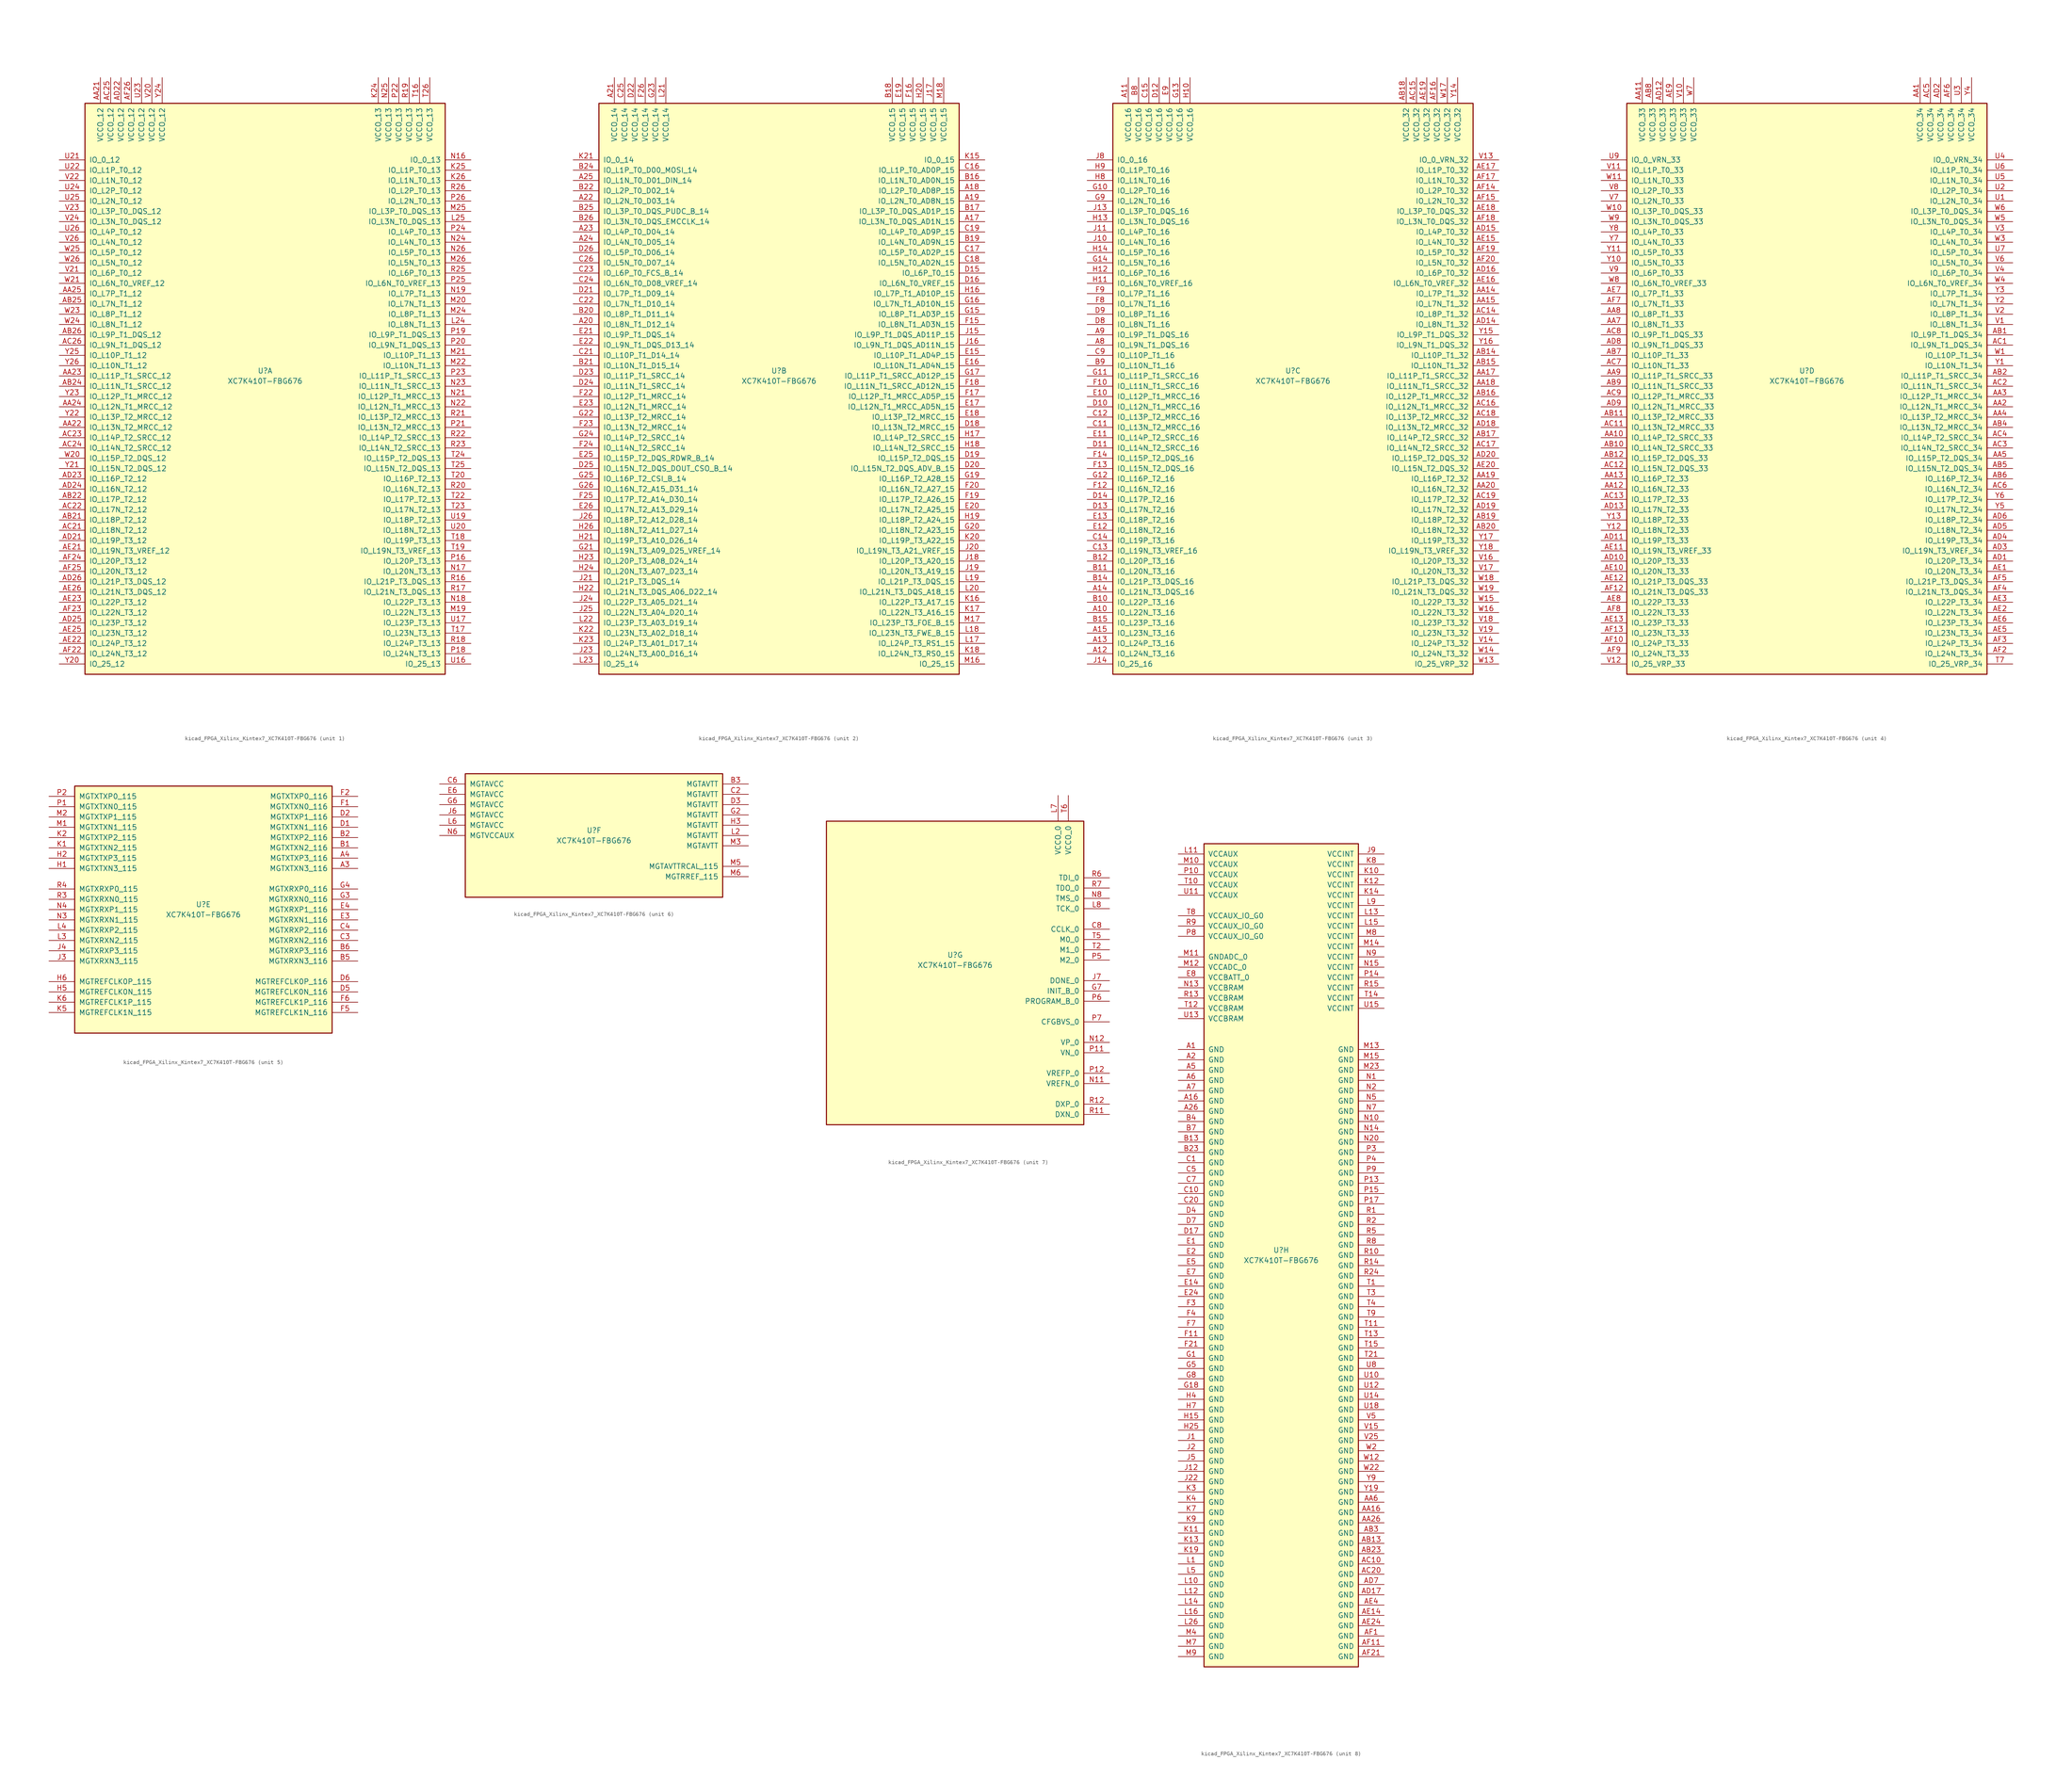
<source format=kicad_sym>
(kicad_symbol_lib
  (version 20220914)
  (generator kicad_symbol_editor)
  (symbol "kicad_FPGA_Xilinx_Kintex7_XC7K410T-FBG676"
    (pin_names
      (offset 1.016))
    (property "Reference" "U"
      (at 0 1.27 0)
      (effects (font (size 1.27 1.27))))
    (property "Value" "XC7K410T-FBG676"
      (at 0 -1.27 0)
      (effects (font (size 1.27 1.27))))
    (property "Datasheet" ""
      (at 0 0 0)
      (effects (font (size 1.27 1.27))))
    (property "ki_locked" ""
      (at 0 0 0)
      (effects (font (size 1.27 1.27))))
    (symbol "kicad_FPGA_Xilinx_Kintex7_XC7K410T-FBG676_1_1"
      (rectangle (start -44.45 67.31) (end 44.45 -73.66) (stroke (width 0.254) (type default)) (fill (type background)))
      (pin power_in line (at -40.64 73.66 270) (length 6.35) (name "VCCO_12" (effects (font (size 1.27 1.27)))) (number "AA21" (effects (font (size 1.27 1.27)))))
      (pin bidirectional line (at -50.8 -12.7 0) (length 6.35) (name "IO_L13N_T2_MRCC_12" (effects (font (size 1.27 1.27)))) (number "AA22" (effects (font (size 1.27 1.27)))))
      (pin bidirectional line (at -50.8 0 0) (length 6.35) (name "IO_L11P_T1_SRCC_12" (effects (font (size 1.27 1.27)))) (number "AA23" (effects (font (size 1.27 1.27)))))
      (pin bidirectional line (at -50.8 -7.62 0) (length 6.35) (name "IO_L12N_T1_MRCC_12" (effects (font (size 1.27 1.27)))) (number "AA24" (effects (font (size 1.27 1.27)))))
      (pin bidirectional line (at -50.8 20.32 0) (length 6.35) (name "IO_L7P_T1_12" (effects (font (size 1.27 1.27)))) (number "AA25" (effects (font (size 1.27 1.27)))))
      (pin bidirectional line (at -50.8 -35.56 0) (length 6.35) (name "IO_L18P_T2_12" (effects (font (size 1.27 1.27)))) (number "AB21" (effects (font (size 1.27 1.27)))))
      (pin bidirectional line (at -50.8 -30.48 0) (length 6.35) (name "IO_L17P_T2_12" (effects (font (size 1.27 1.27)))) (number "AB22" (effects (font (size 1.27 1.27)))))
      (pin bidirectional line (at -50.8 -2.54 0) (length 6.35) (name "IO_L11N_T1_SRCC_12" (effects (font (size 1.27 1.27)))) (number "AB24" (effects (font (size 1.27 1.27)))))
      (pin bidirectional line (at -50.8 17.78 0) (length 6.35) (name "IO_L7N_T1_12" (effects (font (size 1.27 1.27)))) (number "AB25" (effects (font (size 1.27 1.27)))))
      (pin bidirectional line (at -50.8 10.16 0) (length 6.35) (name "IO_L9P_T1_DQS_12" (effects (font (size 1.27 1.27)))) (number "AB26" (effects (font (size 1.27 1.27)))))
      (pin bidirectional line (at -50.8 -38.1 0) (length 6.35) (name "IO_L18N_T2_12" (effects (font (size 1.27 1.27)))) (number "AC21" (effects (font (size 1.27 1.27)))))
      (pin bidirectional line (at -50.8 -33.02 0) (length 6.35) (name "IO_L17N_T2_12" (effects (font (size 1.27 1.27)))) (number "AC22" (effects (font (size 1.27 1.27)))))
      (pin bidirectional line (at -50.8 -15.24 0) (length 6.35) (name "IO_L14P_T2_SRCC_12" (effects (font (size 1.27 1.27)))) (number "AC23" (effects (font (size 1.27 1.27)))))
      (pin bidirectional line (at -50.8 -17.78 0) (length 6.35) (name "IO_L14N_T2_SRCC_12" (effects (font (size 1.27 1.27)))) (number "AC24" (effects (font (size 1.27 1.27)))))
      (pin power_in line (at -38.1 73.66 270) (length 6.35) (name "VCCO_12" (effects (font (size 1.27 1.27)))) (number "AC25" (effects (font (size 1.27 1.27)))))
      (pin bidirectional line (at -50.8 7.62 0) (length 6.35) (name "IO_L9N_T1_DQS_12" (effects (font (size 1.27 1.27)))) (number "AC26" (effects (font (size 1.27 1.27)))))
      (pin bidirectional line (at -50.8 -40.64 0) (length 6.35) (name "IO_L19P_T3_12" (effects (font (size 1.27 1.27)))) (number "AD21" (effects (font (size 1.27 1.27)))))
      (pin power_in line (at -35.56 73.66 270) (length 6.35) (name "VCCO_12" (effects (font (size 1.27 1.27)))) (number "AD22" (effects (font (size 1.27 1.27)))))
      (pin bidirectional line (at -50.8 -25.4 0) (length 6.35) (name "IO_L16P_T2_12" (effects (font (size 1.27 1.27)))) (number "AD23" (effects (font (size 1.27 1.27)))))
      (pin bidirectional line (at -50.8 -27.94 0) (length 6.35) (name "IO_L16N_T2_12" (effects (font (size 1.27 1.27)))) (number "AD24" (effects (font (size 1.27 1.27)))))
      (pin bidirectional line (at -50.8 -60.96 0) (length 6.35) (name "IO_L23P_T3_12" (effects (font (size 1.27 1.27)))) (number "AD25" (effects (font (size 1.27 1.27)))))
      (pin bidirectional line (at -50.8 -50.8 0) (length 6.35) (name "IO_L21P_T3_DQS_12" (effects (font (size 1.27 1.27)))) (number "AD26" (effects (font (size 1.27 1.27)))))
      (pin bidirectional line (at -50.8 -43.18 0) (length 6.35) (name "IO_L19N_T3_VREF_12" (effects (font (size 1.27 1.27)))) (number "AE21" (effects (font (size 1.27 1.27)))))
      (pin bidirectional line (at -50.8 -66.04 0) (length 6.35) (name "IO_L24P_T3_12" (effects (font (size 1.27 1.27)))) (number "AE22" (effects (font (size 1.27 1.27)))))
      (pin bidirectional line (at -50.8 -55.88 0) (length 6.35) (name "IO_L22P_T3_12" (effects (font (size 1.27 1.27)))) (number "AE23" (effects (font (size 1.27 1.27)))))
      (pin bidirectional line (at -50.8 -63.5 0) (length 6.35) (name "IO_L23N_T3_12" (effects (font (size 1.27 1.27)))) (number "AE25" (effects (font (size 1.27 1.27)))))
      (pin bidirectional line (at -50.8 -53.34 0) (length 6.35) (name "IO_L21N_T3_DQS_12" (effects (font (size 1.27 1.27)))) (number "AE26" (effects (font (size 1.27 1.27)))))
      (pin bidirectional line (at -50.8 -68.58 0) (length 6.35) (name "IO_L24N_T3_12" (effects (font (size 1.27 1.27)))) (number "AF22" (effects (font (size 1.27 1.27)))))
      (pin bidirectional line (at -50.8 -58.42 0) (length 6.35) (name "IO_L22N_T3_12" (effects (font (size 1.27 1.27)))) (number "AF23" (effects (font (size 1.27 1.27)))))
      (pin bidirectional line (at -50.8 -45.72 0) (length 6.35) (name "IO_L20P_T3_12" (effects (font (size 1.27 1.27)))) (number "AF24" (effects (font (size 1.27 1.27)))))
      (pin bidirectional line (at -50.8 -48.26 0) (length 6.35) (name "IO_L20N_T3_12" (effects (font (size 1.27 1.27)))) (number "AF25" (effects (font (size 1.27 1.27)))))
      (pin power_in line (at -33.02 73.66 270) (length 6.35) (name "VCCO_12" (effects (font (size 1.27 1.27)))) (number "AF26" (effects (font (size 1.27 1.27)))))
      (pin power_in line (at 27.94 73.66 270) (length 6.35) (name "VCCO_13" (effects (font (size 1.27 1.27)))) (number "K24" (effects (font (size 1.27 1.27)))))
      (pin bidirectional line (at 50.8 50.8 180) (length 6.35) (name "IO_L1P_T0_13" (effects (font (size 1.27 1.27)))) (number "K25" (effects (font (size 1.27 1.27)))))
      (pin bidirectional line (at 50.8 48.26 180) (length 6.35) (name "IO_L1N_T0_13" (effects (font (size 1.27 1.27)))) (number "K26" (effects (font (size 1.27 1.27)))))
      (pin bidirectional line (at 50.8 12.7 180) (length 6.35) (name "IO_L8N_T1_13" (effects (font (size 1.27 1.27)))) (number "L24" (effects (font (size 1.27 1.27)))))
      (pin bidirectional line (at 50.8 38.1 180) (length 6.35) (name "IO_L3N_T0_DQS_13" (effects (font (size 1.27 1.27)))) (number "L25" (effects (font (size 1.27 1.27)))))
      (pin bidirectional line (at 50.8 -58.42 180) (length 6.35) (name "IO_L22N_T3_13" (effects (font (size 1.27 1.27)))) (number "M19" (effects (font (size 1.27 1.27)))))
      (pin bidirectional line (at 50.8 17.78 180) (length 6.35) (name "IO_L7N_T1_13" (effects (font (size 1.27 1.27)))) (number "M20" (effects (font (size 1.27 1.27)))))
      (pin bidirectional line (at 50.8 5.08 180) (length 6.35) (name "IO_L10P_T1_13" (effects (font (size 1.27 1.27)))) (number "M21" (effects (font (size 1.27 1.27)))))
      (pin bidirectional line (at 50.8 2.54 180) (length 6.35) (name "IO_L10N_T1_13" (effects (font (size 1.27 1.27)))) (number "M22" (effects (font (size 1.27 1.27)))))
      (pin bidirectional line (at 50.8 15.24 180) (length 6.35) (name "IO_L8P_T1_13" (effects (font (size 1.27 1.27)))) (number "M24" (effects (font (size 1.27 1.27)))))
      (pin bidirectional line (at 50.8 40.64 180) (length 6.35) (name "IO_L3P_T0_DQS_13" (effects (font (size 1.27 1.27)))) (number "M25" (effects (font (size 1.27 1.27)))))
      (pin bidirectional line (at 50.8 27.94 180) (length 6.35) (name "IO_L5N_T0_13" (effects (font (size 1.27 1.27)))) (number "M26" (effects (font (size 1.27 1.27)))))
      (pin bidirectional line (at 50.8 53.34 180) (length 6.35) (name "IO_0_13" (effects (font (size 1.27 1.27)))) (number "N16" (effects (font (size 1.27 1.27)))))
      (pin bidirectional line (at 50.8 -48.26 180) (length 6.35) (name "IO_L20N_T3_13" (effects (font (size 1.27 1.27)))) (number "N17" (effects (font (size 1.27 1.27)))))
      (pin bidirectional line (at 50.8 -55.88 180) (length 6.35) (name "IO_L22P_T3_13" (effects (font (size 1.27 1.27)))) (number "N18" (effects (font (size 1.27 1.27)))))
      (pin bidirectional line (at 50.8 20.32 180) (length 6.35) (name "IO_L7P_T1_13" (effects (font (size 1.27 1.27)))) (number "N19" (effects (font (size 1.27 1.27)))))
      (pin bidirectional line (at 50.8 -5.08 180) (length 6.35) (name "IO_L12P_T1_MRCC_13" (effects (font (size 1.27 1.27)))) (number "N21" (effects (font (size 1.27 1.27)))))
      (pin bidirectional line (at 50.8 -7.62 180) (length 6.35) (name "IO_L12N_T1_MRCC_13" (effects (font (size 1.27 1.27)))) (number "N22" (effects (font (size 1.27 1.27)))))
      (pin bidirectional line (at 50.8 -2.54 180) (length 6.35) (name "IO_L11N_T1_SRCC_13" (effects (font (size 1.27 1.27)))) (number "N23" (effects (font (size 1.27 1.27)))))
      (pin bidirectional line (at 50.8 33.02 180) (length 6.35) (name "IO_L4N_T0_13" (effects (font (size 1.27 1.27)))) (number "N24" (effects (font (size 1.27 1.27)))))
      (pin power_in line (at 30.48 73.66 270) (length 6.35) (name "VCCO_13" (effects (font (size 1.27 1.27)))) (number "N25" (effects (font (size 1.27 1.27)))))
      (pin bidirectional line (at 50.8 30.48 180) (length 6.35) (name "IO_L5P_T0_13" (effects (font (size 1.27 1.27)))) (number "N26" (effects (font (size 1.27 1.27)))))
      (pin bidirectional line (at 50.8 -45.72 180) (length 6.35) (name "IO_L20P_T3_13" (effects (font (size 1.27 1.27)))) (number "P16" (effects (font (size 1.27 1.27)))))
      (pin bidirectional line (at 50.8 -68.58 180) (length 6.35) (name "IO_L24N_T3_13" (effects (font (size 1.27 1.27)))) (number "P18" (effects (font (size 1.27 1.27)))))
      (pin bidirectional line (at 50.8 10.16 180) (length 6.35) (name "IO_L9P_T1_DQS_13" (effects (font (size 1.27 1.27)))) (number "P19" (effects (font (size 1.27 1.27)))))
      (pin bidirectional line (at 50.8 7.62 180) (length 6.35) (name "IO_L9N_T1_DQS_13" (effects (font (size 1.27 1.27)))) (number "P20" (effects (font (size 1.27 1.27)))))
      (pin bidirectional line (at 50.8 -12.7 180) (length 6.35) (name "IO_L13N_T2_MRCC_13" (effects (font (size 1.27 1.27)))) (number "P21" (effects (font (size 1.27 1.27)))))
      (pin power_in line (at 33.02 73.66 270) (length 6.35) (name "VCCO_13" (effects (font (size 1.27 1.27)))) (number "P22" (effects (font (size 1.27 1.27)))))
      (pin bidirectional line (at 50.8 0 180) (length 6.35) (name "IO_L11P_T1_SRCC_13" (effects (font (size 1.27 1.27)))) (number "P23" (effects (font (size 1.27 1.27)))))
      (pin bidirectional line (at 50.8 35.56 180) (length 6.35) (name "IO_L4P_T0_13" (effects (font (size 1.27 1.27)))) (number "P24" (effects (font (size 1.27 1.27)))))
      (pin bidirectional line (at 50.8 22.86 180) (length 6.35) (name "IO_L6N_T0_VREF_13" (effects (font (size 1.27 1.27)))) (number "P25" (effects (font (size 1.27 1.27)))))
      (pin bidirectional line (at 50.8 43.18 180) (length 6.35) (name "IO_L2N_T0_13" (effects (font (size 1.27 1.27)))) (number "P26" (effects (font (size 1.27 1.27)))))
      (pin bidirectional line (at 50.8 -50.8 180) (length 6.35) (name "IO_L21P_T3_DQS_13" (effects (font (size 1.27 1.27)))) (number "R16" (effects (font (size 1.27 1.27)))))
      (pin bidirectional line (at 50.8 -53.34 180) (length 6.35) (name "IO_L21N_T3_DQS_13" (effects (font (size 1.27 1.27)))) (number "R17" (effects (font (size 1.27 1.27)))))
      (pin bidirectional line (at 50.8 -66.04 180) (length 6.35) (name "IO_L24P_T3_13" (effects (font (size 1.27 1.27)))) (number "R18" (effects (font (size 1.27 1.27)))))
      (pin power_in line (at 35.56 73.66 270) (length 6.35) (name "VCCO_13" (effects (font (size 1.27 1.27)))) (number "R19" (effects (font (size 1.27 1.27)))))
      (pin bidirectional line (at 50.8 -27.94 180) (length 6.35) (name "IO_L16N_T2_13" (effects (font (size 1.27 1.27)))) (number "R20" (effects (font (size 1.27 1.27)))))
      (pin bidirectional line (at 50.8 -10.16 180) (length 6.35) (name "IO_L13P_T2_MRCC_13" (effects (font (size 1.27 1.27)))) (number "R21" (effects (font (size 1.27 1.27)))))
      (pin bidirectional line (at 50.8 -15.24 180) (length 6.35) (name "IO_L14P_T2_SRCC_13" (effects (font (size 1.27 1.27)))) (number "R22" (effects (font (size 1.27 1.27)))))
      (pin bidirectional line (at 50.8 -17.78 180) (length 6.35) (name "IO_L14N_T2_SRCC_13" (effects (font (size 1.27 1.27)))) (number "R23" (effects (font (size 1.27 1.27)))))
      (pin bidirectional line (at 50.8 25.4 180) (length 6.35) (name "IO_L6P_T0_13" (effects (font (size 1.27 1.27)))) (number "R25" (effects (font (size 1.27 1.27)))))
      (pin bidirectional line (at 50.8 45.72 180) (length 6.35) (name "IO_L2P_T0_13" (effects (font (size 1.27 1.27)))) (number "R26" (effects (font (size 1.27 1.27)))))
      (pin power_in line (at 38.1 73.66 270) (length 6.35) (name "VCCO_13" (effects (font (size 1.27 1.27)))) (number "T16" (effects (font (size 1.27 1.27)))))
      (pin bidirectional line (at 50.8 -63.5 180) (length 6.35) (name "IO_L23N_T3_13" (effects (font (size 1.27 1.27)))) (number "T17" (effects (font (size 1.27 1.27)))))
      (pin bidirectional line (at 50.8 -40.64 180) (length 6.35) (name "IO_L19P_T3_13" (effects (font (size 1.27 1.27)))) (number "T18" (effects (font (size 1.27 1.27)))))
      (pin bidirectional line (at 50.8 -43.18 180) (length 6.35) (name "IO_L19N_T3_VREF_13" (effects (font (size 1.27 1.27)))) (number "T19" (effects (font (size 1.27 1.27)))))
      (pin bidirectional line (at 50.8 -25.4 180) (length 6.35) (name "IO_L16P_T2_13" (effects (font (size 1.27 1.27)))) (number "T20" (effects (font (size 1.27 1.27)))))
      (pin bidirectional line (at 50.8 -30.48 180) (length 6.35) (name "IO_L17P_T2_13" (effects (font (size 1.27 1.27)))) (number "T22" (effects (font (size 1.27 1.27)))))
      (pin bidirectional line (at 50.8 -33.02 180) (length 6.35) (name "IO_L17N_T2_13" (effects (font (size 1.27 1.27)))) (number "T23" (effects (font (size 1.27 1.27)))))
      (pin bidirectional line (at 50.8 -20.32 180) (length 6.35) (name "IO_L15P_T2_DQS_13" (effects (font (size 1.27 1.27)))) (number "T24" (effects (font (size 1.27 1.27)))))
      (pin bidirectional line (at 50.8 -22.86 180) (length 6.35) (name "IO_L15N_T2_DQS_13" (effects (font (size 1.27 1.27)))) (number "T25" (effects (font (size 1.27 1.27)))))
      (pin power_in line (at 40.64 73.66 270) (length 6.35) (name "VCCO_13" (effects (font (size 1.27 1.27)))) (number "T26" (effects (font (size 1.27 1.27)))))
      (pin bidirectional line (at 50.8 -71.12 180) (length 6.35) (name "IO_25_13" (effects (font (size 1.27 1.27)))) (number "U16" (effects (font (size 1.27 1.27)))))
      (pin bidirectional line (at 50.8 -60.96 180) (length 6.35) (name "IO_L23P_T3_13" (effects (font (size 1.27 1.27)))) (number "U17" (effects (font (size 1.27 1.27)))))
      (pin bidirectional line (at 50.8 -35.56 180) (length 6.35) (name "IO_L18P_T2_13" (effects (font (size 1.27 1.27)))) (number "U19" (effects (font (size 1.27 1.27)))))
      (pin bidirectional line (at 50.8 -38.1 180) (length 6.35) (name "IO_L18N_T2_13" (effects (font (size 1.27 1.27)))) (number "U20" (effects (font (size 1.27 1.27)))))
      (pin bidirectional line (at -50.8 53.34 0) (length 6.35) (name "IO_0_12" (effects (font (size 1.27 1.27)))) (number "U21" (effects (font (size 1.27 1.27)))))
      (pin bidirectional line (at -50.8 50.8 0) (length 6.35) (name "IO_L1P_T0_12" (effects (font (size 1.27 1.27)))) (number "U22" (effects (font (size 1.27 1.27)))))
      (pin power_in line (at -30.48 73.66 270) (length 6.35) (name "VCCO_12" (effects (font (size 1.27 1.27)))) (number "U23" (effects (font (size 1.27 1.27)))))
      (pin bidirectional line (at -50.8 45.72 0) (length 6.35) (name "IO_L2P_T0_12" (effects (font (size 1.27 1.27)))) (number "U24" (effects (font (size 1.27 1.27)))))
      (pin bidirectional line (at -50.8 43.18 0) (length 6.35) (name "IO_L2N_T0_12" (effects (font (size 1.27 1.27)))) (number "U25" (effects (font (size 1.27 1.27)))))
      (pin bidirectional line (at -50.8 35.56 0) (length 6.35) (name "IO_L4P_T0_12" (effects (font (size 1.27 1.27)))) (number "U26" (effects (font (size 1.27 1.27)))))
      (pin power_in line (at -27.94 73.66 270) (length 6.35) (name "VCCO_12" (effects (font (size 1.27 1.27)))) (number "V20" (effects (font (size 1.27 1.27)))))
      (pin bidirectional line (at -50.8 25.4 0) (length 6.35) (name "IO_L6P_T0_12" (effects (font (size 1.27 1.27)))) (number "V21" (effects (font (size 1.27 1.27)))))
      (pin bidirectional line (at -50.8 48.26 0) (length 6.35) (name "IO_L1N_T0_12" (effects (font (size 1.27 1.27)))) (number "V22" (effects (font (size 1.27 1.27)))))
      (pin bidirectional line (at -50.8 40.64 0) (length 6.35) (name "IO_L3P_T0_DQS_12" (effects (font (size 1.27 1.27)))) (number "V23" (effects (font (size 1.27 1.27)))))
      (pin bidirectional line (at -50.8 38.1 0) (length 6.35) (name "IO_L3N_T0_DQS_12" (effects (font (size 1.27 1.27)))) (number "V24" (effects (font (size 1.27 1.27)))))
      (pin bidirectional line (at -50.8 33.02 0) (length 6.35) (name "IO_L4N_T0_12" (effects (font (size 1.27 1.27)))) (number "V26" (effects (font (size 1.27 1.27)))))
      (pin bidirectional line (at -50.8 -20.32 0) (length 6.35) (name "IO_L15P_T2_DQS_12" (effects (font (size 1.27 1.27)))) (number "W20" (effects (font (size 1.27 1.27)))))
      (pin bidirectional line (at -50.8 22.86 0) (length 6.35) (name "IO_L6N_T0_VREF_12" (effects (font (size 1.27 1.27)))) (number "W21" (effects (font (size 1.27 1.27)))))
      (pin bidirectional line (at -50.8 15.24 0) (length 6.35) (name "IO_L8P_T1_12" (effects (font (size 1.27 1.27)))) (number "W23" (effects (font (size 1.27 1.27)))))
      (pin bidirectional line (at -50.8 12.7 0) (length 6.35) (name "IO_L8N_T1_12" (effects (font (size 1.27 1.27)))) (number "W24" (effects (font (size 1.27 1.27)))))
      (pin bidirectional line (at -50.8 30.48 0) (length 6.35) (name "IO_L5P_T0_12" (effects (font (size 1.27 1.27)))) (number "W25" (effects (font (size 1.27 1.27)))))
      (pin bidirectional line (at -50.8 27.94 0) (length 6.35) (name "IO_L5N_T0_12" (effects (font (size 1.27 1.27)))) (number "W26" (effects (font (size 1.27 1.27)))))
      (pin bidirectional line (at -50.8 -71.12 0) (length 6.35) (name "IO_25_12" (effects (font (size 1.27 1.27)))) (number "Y20" (effects (font (size 1.27 1.27)))))
      (pin bidirectional line (at -50.8 -22.86 0) (length 6.35) (name "IO_L15N_T2_DQS_12" (effects (font (size 1.27 1.27)))) (number "Y21" (effects (font (size 1.27 1.27)))))
      (pin bidirectional line (at -50.8 -10.16 0) (length 6.35) (name "IO_L13P_T2_MRCC_12" (effects (font (size 1.27 1.27)))) (number "Y22" (effects (font (size 1.27 1.27)))))
      (pin bidirectional line (at -50.8 -5.08 0) (length 6.35) (name "IO_L12P_T1_MRCC_12" (effects (font (size 1.27 1.27)))) (number "Y23" (effects (font (size 1.27 1.27)))))
      (pin power_in line (at -25.4 73.66 270) (length 6.35) (name "VCCO_12" (effects (font (size 1.27 1.27)))) (number "Y24" (effects (font (size 1.27 1.27)))))
      (pin bidirectional line (at -50.8 5.08 0) (length 6.35) (name "IO_L10P_T1_12" (effects (font (size 1.27 1.27)))) (number "Y25" (effects (font (size 1.27 1.27)))))
      (pin bidirectional line (at -50.8 2.54 0) (length 6.35) (name "IO_L10N_T1_12" (effects (font (size 1.27 1.27)))) (number "Y26" (effects (font (size 1.27 1.27))))))
    (symbol "kicad_FPGA_Xilinx_Kintex7_XC7K410T-FBG676_2_1"
      (rectangle (start -44.45 67.31) (end 44.45 -73.66) (stroke (width 0.254) (type default)) (fill (type background)))
      (pin bidirectional line (at 50.8 38.1 180) (length 6.35) (name "IO_L3N_T0_DQS_AD1N_15" (effects (font (size 1.27 1.27)))) (number "A17" (effects (font (size 1.27 1.27)))))
      (pin bidirectional line (at 50.8 45.72 180) (length 6.35) (name "IO_L2P_T0_AD8P_15" (effects (font (size 1.27 1.27)))) (number "A18" (effects (font (size 1.27 1.27)))))
      (pin bidirectional line (at 50.8 43.18 180) (length 6.35) (name "IO_L2N_T0_AD8N_15" (effects (font (size 1.27 1.27)))) (number "A19" (effects (font (size 1.27 1.27)))))
      (pin bidirectional line (at -50.8 12.7 0) (length 6.35) (name "IO_L8N_T1_D12_14" (effects (font (size 1.27 1.27)))) (number "A20" (effects (font (size 1.27 1.27)))))
      (pin power_in line (at -40.64 73.66 270) (length 6.35) (name "VCCO_14" (effects (font (size 1.27 1.27)))) (number "A21" (effects (font (size 1.27 1.27)))))
      (pin bidirectional line (at -50.8 43.18 0) (length 6.35) (name "IO_L2N_T0_D03_14" (effects (font (size 1.27 1.27)))) (number "A22" (effects (font (size 1.27 1.27)))))
      (pin bidirectional line (at -50.8 35.56 0) (length 6.35) (name "IO_L4P_T0_D04_14" (effects (font (size 1.27 1.27)))) (number "A23" (effects (font (size 1.27 1.27)))))
      (pin bidirectional line (at -50.8 33.02 0) (length 6.35) (name "IO_L4N_T0_D05_14" (effects (font (size 1.27 1.27)))) (number "A24" (effects (font (size 1.27 1.27)))))
      (pin bidirectional line (at -50.8 48.26 0) (length 6.35) (name "IO_L1N_T0_D01_DIN_14" (effects (font (size 1.27 1.27)))) (number "A25" (effects (font (size 1.27 1.27)))))
      (pin bidirectional line (at 50.8 48.26 180) (length 6.35) (name "IO_L1N_T0_AD0N_15" (effects (font (size 1.27 1.27)))) (number "B16" (effects (font (size 1.27 1.27)))))
      (pin bidirectional line (at 50.8 40.64 180) (length 6.35) (name "IO_L3P_T0_DQS_AD1P_15" (effects (font (size 1.27 1.27)))) (number "B17" (effects (font (size 1.27 1.27)))))
      (pin power_in line (at 27.94 73.66 270) (length 6.35) (name "VCCO_15" (effects (font (size 1.27 1.27)))) (number "B18" (effects (font (size 1.27 1.27)))))
      (pin bidirectional line (at 50.8 33.02 180) (length 6.35) (name "IO_L4N_T0_AD9N_15" (effects (font (size 1.27 1.27)))) (number "B19" (effects (font (size 1.27 1.27)))))
      (pin bidirectional line (at -50.8 15.24 0) (length 6.35) (name "IO_L8P_T1_D11_14" (effects (font (size 1.27 1.27)))) (number "B20" (effects (font (size 1.27 1.27)))))
      (pin bidirectional line (at -50.8 2.54 0) (length 6.35) (name "IO_L10N_T1_D15_14" (effects (font (size 1.27 1.27)))) (number "B21" (effects (font (size 1.27 1.27)))))
      (pin bidirectional line (at -50.8 45.72 0) (length 6.35) (name "IO_L2P_T0_D02_14" (effects (font (size 1.27 1.27)))) (number "B22" (effects (font (size 1.27 1.27)))))
      (pin bidirectional line (at -50.8 50.8 0) (length 6.35) (name "IO_L1P_T0_D00_MOSI_14" (effects (font (size 1.27 1.27)))) (number "B24" (effects (font (size 1.27 1.27)))))
      (pin bidirectional line (at -50.8 40.64 0) (length 6.35) (name "IO_L3P_T0_DQS_PUDC_B_14" (effects (font (size 1.27 1.27)))) (number "B25" (effects (font (size 1.27 1.27)))))
      (pin bidirectional line (at -50.8 38.1 0) (length 6.35) (name "IO_L3N_T0_DQS_EMCCLK_14" (effects (font (size 1.27 1.27)))) (number "B26" (effects (font (size 1.27 1.27)))))
      (pin bidirectional line (at 50.8 50.8 180) (length 6.35) (name "IO_L1P_T0_AD0P_15" (effects (font (size 1.27 1.27)))) (number "C16" (effects (font (size 1.27 1.27)))))
      (pin bidirectional line (at 50.8 30.48 180) (length 6.35) (name "IO_L5P_T0_AD2P_15" (effects (font (size 1.27 1.27)))) (number "C17" (effects (font (size 1.27 1.27)))))
      (pin bidirectional line (at 50.8 27.94 180) (length 6.35) (name "IO_L5N_T0_AD2N_15" (effects (font (size 1.27 1.27)))) (number "C18" (effects (font (size 1.27 1.27)))))
      (pin bidirectional line (at 50.8 35.56 180) (length 6.35) (name "IO_L4P_T0_AD9P_15" (effects (font (size 1.27 1.27)))) (number "C19" (effects (font (size 1.27 1.27)))))
      (pin bidirectional line (at -50.8 5.08 0) (length 6.35) (name "IO_L10P_T1_D14_14" (effects (font (size 1.27 1.27)))) (number "C21" (effects (font (size 1.27 1.27)))))
      (pin bidirectional line (at -50.8 17.78 0) (length 6.35) (name "IO_L7N_T1_D10_14" (effects (font (size 1.27 1.27)))) (number "C22" (effects (font (size 1.27 1.27)))))
      (pin bidirectional line (at -50.8 25.4 0) (length 6.35) (name "IO_L6P_T0_FCS_B_14" (effects (font (size 1.27 1.27)))) (number "C23" (effects (font (size 1.27 1.27)))))
      (pin bidirectional line (at -50.8 22.86 0) (length 6.35) (name "IO_L6N_T0_D08_VREF_14" (effects (font (size 1.27 1.27)))) (number "C24" (effects (font (size 1.27 1.27)))))
      (pin power_in line (at -38.1 73.66 270) (length 6.35) (name "VCCO_14" (effects (font (size 1.27 1.27)))) (number "C25" (effects (font (size 1.27 1.27)))))
      (pin bidirectional line (at -50.8 27.94 0) (length 6.35) (name "IO_L5N_T0_D07_14" (effects (font (size 1.27 1.27)))) (number "C26" (effects (font (size 1.27 1.27)))))
      (pin bidirectional line (at 50.8 25.4 180) (length 6.35) (name "IO_L6P_T0_15" (effects (font (size 1.27 1.27)))) (number "D15" (effects (font (size 1.27 1.27)))))
      (pin bidirectional line (at 50.8 22.86 180) (length 6.35) (name "IO_L6N_T0_VREF_15" (effects (font (size 1.27 1.27)))) (number "D16" (effects (font (size 1.27 1.27)))))
      (pin bidirectional line (at 50.8 -12.7 180) (length 6.35) (name "IO_L13N_T2_MRCC_15" (effects (font (size 1.27 1.27)))) (number "D18" (effects (font (size 1.27 1.27)))))
      (pin bidirectional line (at 50.8 -20.32 180) (length 6.35) (name "IO_L15P_T2_DQS_15" (effects (font (size 1.27 1.27)))) (number "D19" (effects (font (size 1.27 1.27)))))
      (pin bidirectional line (at 50.8 -22.86 180) (length 6.35) (name "IO_L15N_T2_DQS_ADV_B_15" (effects (font (size 1.27 1.27)))) (number "D20" (effects (font (size 1.27 1.27)))))
      (pin bidirectional line (at -50.8 20.32 0) (length 6.35) (name "IO_L7P_T1_D09_14" (effects (font (size 1.27 1.27)))) (number "D21" (effects (font (size 1.27 1.27)))))
      (pin power_in line (at -35.56 73.66 270) (length 6.35) (name "VCCO_14" (effects (font (size 1.27 1.27)))) (number "D22" (effects (font (size 1.27 1.27)))))
      (pin bidirectional line (at -50.8 0 0) (length 6.35) (name "IO_L11P_T1_SRCC_14" (effects (font (size 1.27 1.27)))) (number "D23" (effects (font (size 1.27 1.27)))))
      (pin bidirectional line (at -50.8 -2.54 0) (length 6.35) (name "IO_L11N_T1_SRCC_14" (effects (font (size 1.27 1.27)))) (number "D24" (effects (font (size 1.27 1.27)))))
      (pin bidirectional line (at -50.8 -22.86 0) (length 6.35) (name "IO_L15N_T2_DQS_DOUT_CSO_B_14" (effects (font (size 1.27 1.27)))) (number "D25" (effects (font (size 1.27 1.27)))))
      (pin bidirectional line (at -50.8 30.48 0) (length 6.35) (name "IO_L5P_T0_D06_14" (effects (font (size 1.27 1.27)))) (number "D26" (effects (font (size 1.27 1.27)))))
      (pin bidirectional line (at 50.8 5.08 180) (length 6.35) (name "IO_L10P_T1_AD4P_15" (effects (font (size 1.27 1.27)))) (number "E15" (effects (font (size 1.27 1.27)))))
      (pin bidirectional line (at 50.8 2.54 180) (length 6.35) (name "IO_L10N_T1_AD4N_15" (effects (font (size 1.27 1.27)))) (number "E16" (effects (font (size 1.27 1.27)))))
      (pin bidirectional line (at 50.8 -7.62 180) (length 6.35) (name "IO_L12N_T1_MRCC_AD5N_15" (effects (font (size 1.27 1.27)))) (number "E17" (effects (font (size 1.27 1.27)))))
      (pin bidirectional line (at 50.8 -10.16 180) (length 6.35) (name "IO_L13P_T2_MRCC_15" (effects (font (size 1.27 1.27)))) (number "E18" (effects (font (size 1.27 1.27)))))
      (pin power_in line (at 30.48 73.66 270) (length 6.35) (name "VCCO_15" (effects (font (size 1.27 1.27)))) (number "E19" (effects (font (size 1.27 1.27)))))
      (pin bidirectional line (at 50.8 -33.02 180) (length 6.35) (name "IO_L17N_T2_A25_15" (effects (font (size 1.27 1.27)))) (number "E20" (effects (font (size 1.27 1.27)))))
      (pin bidirectional line (at -50.8 10.16 0) (length 6.35) (name "IO_L9P_T1_DQS_14" (effects (font (size 1.27 1.27)))) (number "E21" (effects (font (size 1.27 1.27)))))
      (pin bidirectional line (at -50.8 7.62 0) (length 6.35) (name "IO_L9N_T1_DQS_D13_14" (effects (font (size 1.27 1.27)))) (number "E22" (effects (font (size 1.27 1.27)))))
      (pin bidirectional line (at -50.8 -7.62 0) (length 6.35) (name "IO_L12N_T1_MRCC_14" (effects (font (size 1.27 1.27)))) (number "E23" (effects (font (size 1.27 1.27)))))
      (pin bidirectional line (at -50.8 -20.32 0) (length 6.35) (name "IO_L15P_T2_DQS_RDWR_B_14" (effects (font (size 1.27 1.27)))) (number "E25" (effects (font (size 1.27 1.27)))))
      (pin bidirectional line (at -50.8 -33.02 0) (length 6.35) (name "IO_L17N_T2_A13_D29_14" (effects (font (size 1.27 1.27)))) (number "E26" (effects (font (size 1.27 1.27)))))
      (pin bidirectional line (at 50.8 12.7 180) (length 6.35) (name "IO_L8N_T1_AD3N_15" (effects (font (size 1.27 1.27)))) (number "F15" (effects (font (size 1.27 1.27)))))
      (pin power_in line (at 33.02 73.66 270) (length 6.35) (name "VCCO_15" (effects (font (size 1.27 1.27)))) (number "F16" (effects (font (size 1.27 1.27)))))
      (pin bidirectional line (at 50.8 -5.08 180) (length 6.35) (name "IO_L12P_T1_MRCC_AD5P_15" (effects (font (size 1.27 1.27)))) (number "F17" (effects (font (size 1.27 1.27)))))
      (pin bidirectional line (at 50.8 -2.54 180) (length 6.35) (name "IO_L11N_T1_SRCC_AD12N_15" (effects (font (size 1.27 1.27)))) (number "F18" (effects (font (size 1.27 1.27)))))
      (pin bidirectional line (at 50.8 -30.48 180) (length 6.35) (name "IO_L17P_T2_A26_15" (effects (font (size 1.27 1.27)))) (number "F19" (effects (font (size 1.27 1.27)))))
      (pin bidirectional line (at 50.8 -27.94 180) (length 6.35) (name "IO_L16N_T2_A27_15" (effects (font (size 1.27 1.27)))) (number "F20" (effects (font (size 1.27 1.27)))))
      (pin bidirectional line (at -50.8 -5.08 0) (length 6.35) (name "IO_L12P_T1_MRCC_14" (effects (font (size 1.27 1.27)))) (number "F22" (effects (font (size 1.27 1.27)))))
      (pin bidirectional line (at -50.8 -12.7 0) (length 6.35) (name "IO_L13N_T2_MRCC_14" (effects (font (size 1.27 1.27)))) (number "F23" (effects (font (size 1.27 1.27)))))
      (pin bidirectional line (at -50.8 -17.78 0) (length 6.35) (name "IO_L14N_T2_SRCC_14" (effects (font (size 1.27 1.27)))) (number "F24" (effects (font (size 1.27 1.27)))))
      (pin bidirectional line (at -50.8 -30.48 0) (length 6.35) (name "IO_L17P_T2_A14_D30_14" (effects (font (size 1.27 1.27)))) (number "F25" (effects (font (size 1.27 1.27)))))
      (pin power_in line (at -33.02 73.66 270) (length 6.35) (name "VCCO_14" (effects (font (size 1.27 1.27)))) (number "F26" (effects (font (size 1.27 1.27)))))
      (pin bidirectional line (at 50.8 15.24 180) (length 6.35) (name "IO_L8P_T1_AD3P_15" (effects (font (size 1.27 1.27)))) (number "G15" (effects (font (size 1.27 1.27)))))
      (pin bidirectional line (at 50.8 17.78 180) (length 6.35) (name "IO_L7N_T1_AD10N_15" (effects (font (size 1.27 1.27)))) (number "G16" (effects (font (size 1.27 1.27)))))
      (pin bidirectional line (at 50.8 0 180) (length 6.35) (name "IO_L11P_T1_SRCC_AD12P_15" (effects (font (size 1.27 1.27)))) (number "G17" (effects (font (size 1.27 1.27)))))
      (pin bidirectional line (at 50.8 -25.4 180) (length 6.35) (name "IO_L16P_T2_A28_15" (effects (font (size 1.27 1.27)))) (number "G19" (effects (font (size 1.27 1.27)))))
      (pin bidirectional line (at 50.8 -38.1 180) (length 6.35) (name "IO_L18N_T2_A23_15" (effects (font (size 1.27 1.27)))) (number "G20" (effects (font (size 1.27 1.27)))))
      (pin bidirectional line (at -50.8 -43.18 0) (length 6.35) (name "IO_L19N_T3_A09_D25_VREF_14" (effects (font (size 1.27 1.27)))) (number "G21" (effects (font (size 1.27 1.27)))))
      (pin bidirectional line (at -50.8 -10.16 0) (length 6.35) (name "IO_L13P_T2_MRCC_14" (effects (font (size 1.27 1.27)))) (number "G22" (effects (font (size 1.27 1.27)))))
      (pin power_in line (at -30.48 73.66 270) (length 6.35) (name "VCCO_14" (effects (font (size 1.27 1.27)))) (number "G23" (effects (font (size 1.27 1.27)))))
      (pin bidirectional line (at -50.8 -15.24 0) (length 6.35) (name "IO_L14P_T2_SRCC_14" (effects (font (size 1.27 1.27)))) (number "G24" (effects (font (size 1.27 1.27)))))
      (pin bidirectional line (at -50.8 -25.4 0) (length 6.35) (name "IO_L16P_T2_CSI_B_14" (effects (font (size 1.27 1.27)))) (number "G25" (effects (font (size 1.27 1.27)))))
      (pin bidirectional line (at -50.8 -27.94 0) (length 6.35) (name "IO_L16N_T2_A15_D31_14" (effects (font (size 1.27 1.27)))) (number "G26" (effects (font (size 1.27 1.27)))))
      (pin bidirectional line (at 50.8 20.32 180) (length 6.35) (name "IO_L7P_T1_AD10P_15" (effects (font (size 1.27 1.27)))) (number "H16" (effects (font (size 1.27 1.27)))))
      (pin bidirectional line (at 50.8 -15.24 180) (length 6.35) (name "IO_L14P_T2_SRCC_15" (effects (font (size 1.27 1.27)))) (number "H17" (effects (font (size 1.27 1.27)))))
      (pin bidirectional line (at 50.8 -17.78 180) (length 6.35) (name "IO_L14N_T2_SRCC_15" (effects (font (size 1.27 1.27)))) (number "H18" (effects (font (size 1.27 1.27)))))
      (pin bidirectional line (at 50.8 -35.56 180) (length 6.35) (name "IO_L18P_T2_A24_15" (effects (font (size 1.27 1.27)))) (number "H19" (effects (font (size 1.27 1.27)))))
      (pin power_in line (at 35.56 73.66 270) (length 6.35) (name "VCCO_15" (effects (font (size 1.27 1.27)))) (number "H20" (effects (font (size 1.27 1.27)))))
      (pin bidirectional line (at -50.8 -40.64 0) (length 6.35) (name "IO_L19P_T3_A10_D26_14" (effects (font (size 1.27 1.27)))) (number "H21" (effects (font (size 1.27 1.27)))))
      (pin bidirectional line (at -50.8 -53.34 0) (length 6.35) (name "IO_L21N_T3_DQS_A06_D22_14" (effects (font (size 1.27 1.27)))) (number "H22" (effects (font (size 1.27 1.27)))))
      (pin bidirectional line (at -50.8 -45.72 0) (length 6.35) (name "IO_L20P_T3_A08_D24_14" (effects (font (size 1.27 1.27)))) (number "H23" (effects (font (size 1.27 1.27)))))
      (pin bidirectional line (at -50.8 -48.26 0) (length 6.35) (name "IO_L20N_T3_A07_D23_14" (effects (font (size 1.27 1.27)))) (number "H24" (effects (font (size 1.27 1.27)))))
      (pin bidirectional line (at -50.8 -38.1 0) (length 6.35) (name "IO_L18N_T2_A11_D27_14" (effects (font (size 1.27 1.27)))) (number "H26" (effects (font (size 1.27 1.27)))))
      (pin bidirectional line (at 50.8 10.16 180) (length 6.35) (name "IO_L9P_T1_DQS_AD11P_15" (effects (font (size 1.27 1.27)))) (number "J15" (effects (font (size 1.27 1.27)))))
      (pin bidirectional line (at 50.8 7.62 180) (length 6.35) (name "IO_L9N_T1_DQS_AD11N_15" (effects (font (size 1.27 1.27)))) (number "J16" (effects (font (size 1.27 1.27)))))
      (pin power_in line (at 38.1 73.66 270) (length 6.35) (name "VCCO_15" (effects (font (size 1.27 1.27)))) (number "J17" (effects (font (size 1.27 1.27)))))
      (pin bidirectional line (at 50.8 -45.72 180) (length 6.35) (name "IO_L20P_T3_A20_15" (effects (font (size 1.27 1.27)))) (number "J18" (effects (font (size 1.27 1.27)))))
      (pin bidirectional line (at 50.8 -48.26 180) (length 6.35) (name "IO_L20N_T3_A19_15" (effects (font (size 1.27 1.27)))) (number "J19" (effects (font (size 1.27 1.27)))))
      (pin bidirectional line (at 50.8 -43.18 180) (length 6.35) (name "IO_L19N_T3_A21_VREF_15" (effects (font (size 1.27 1.27)))) (number "J20" (effects (font (size 1.27 1.27)))))
      (pin bidirectional line (at -50.8 -50.8 0) (length 6.35) (name "IO_L21P_T3_DQS_14" (effects (font (size 1.27 1.27)))) (number "J21" (effects (font (size 1.27 1.27)))))
      (pin bidirectional line (at -50.8 -68.58 0) (length 6.35) (name "IO_L24N_T3_A00_D16_14" (effects (font (size 1.27 1.27)))) (number "J23" (effects (font (size 1.27 1.27)))))
      (pin bidirectional line (at -50.8 -55.88 0) (length 6.35) (name "IO_L22P_T3_A05_D21_14" (effects (font (size 1.27 1.27)))) (number "J24" (effects (font (size 1.27 1.27)))))
      (pin bidirectional line (at -50.8 -58.42 0) (length 6.35) (name "IO_L22N_T3_A04_D20_14" (effects (font (size 1.27 1.27)))) (number "J25" (effects (font (size 1.27 1.27)))))
      (pin bidirectional line (at -50.8 -35.56 0) (length 6.35) (name "IO_L18P_T2_A12_D28_14" (effects (font (size 1.27 1.27)))) (number "J26" (effects (font (size 1.27 1.27)))))
      (pin bidirectional line (at 50.8 53.34 180) (length 6.35) (name "IO_0_15" (effects (font (size 1.27 1.27)))) (number "K15" (effects (font (size 1.27 1.27)))))
      (pin bidirectional line (at 50.8 -55.88 180) (length 6.35) (name "IO_L22P_T3_A17_15" (effects (font (size 1.27 1.27)))) (number "K16" (effects (font (size 1.27 1.27)))))
      (pin bidirectional line (at 50.8 -58.42 180) (length 6.35) (name "IO_L22N_T3_A16_15" (effects (font (size 1.27 1.27)))) (number "K17" (effects (font (size 1.27 1.27)))))
      (pin bidirectional line (at 50.8 -68.58 180) (length 6.35) (name "IO_L24N_T3_RS0_15" (effects (font (size 1.27 1.27)))) (number "K18" (effects (font (size 1.27 1.27)))))
      (pin bidirectional line (at 50.8 -40.64 180) (length 6.35) (name "IO_L19P_T3_A22_15" (effects (font (size 1.27 1.27)))) (number "K20" (effects (font (size 1.27 1.27)))))
      (pin bidirectional line (at -50.8 53.34 0) (length 6.35) (name "IO_0_14" (effects (font (size 1.27 1.27)))) (number "K21" (effects (font (size 1.27 1.27)))))
      (pin bidirectional line (at -50.8 -63.5 0) (length 6.35) (name "IO_L23N_T3_A02_D18_14" (effects (font (size 1.27 1.27)))) (number "K22" (effects (font (size 1.27 1.27)))))
      (pin bidirectional line (at -50.8 -66.04 0) (length 6.35) (name "IO_L24P_T3_A01_D17_14" (effects (font (size 1.27 1.27)))) (number "K23" (effects (font (size 1.27 1.27)))))
      (pin bidirectional line (at 50.8 -66.04 180) (length 6.35) (name "IO_L24P_T3_RS1_15" (effects (font (size 1.27 1.27)))) (number "L17" (effects (font (size 1.27 1.27)))))
      (pin bidirectional line (at 50.8 -63.5 180) (length 6.35) (name "IO_L23N_T3_FWE_B_15" (effects (font (size 1.27 1.27)))) (number "L18" (effects (font (size 1.27 1.27)))))
      (pin bidirectional line (at 50.8 -50.8 180) (length 6.35) (name "IO_L21P_T3_DQS_15" (effects (font (size 1.27 1.27)))) (number "L19" (effects (font (size 1.27 1.27)))))
      (pin bidirectional line (at 50.8 -53.34 180) (length 6.35) (name "IO_L21N_T3_DQS_A18_15" (effects (font (size 1.27 1.27)))) (number "L20" (effects (font (size 1.27 1.27)))))
      (pin power_in line (at -27.94 73.66 270) (length 6.35) (name "VCCO_14" (effects (font (size 1.27 1.27)))) (number "L21" (effects (font (size 1.27 1.27)))))
      (pin bidirectional line (at -50.8 -60.96 0) (length 6.35) (name "IO_L23P_T3_A03_D19_14" (effects (font (size 1.27 1.27)))) (number "L22" (effects (font (size 1.27 1.27)))))
      (pin bidirectional line (at -50.8 -71.12 0) (length 6.35) (name "IO_25_14" (effects (font (size 1.27 1.27)))) (number "L23" (effects (font (size 1.27 1.27)))))
      (pin bidirectional line (at 50.8 -71.12 180) (length 6.35) (name "IO_25_15" (effects (font (size 1.27 1.27)))) (number "M16" (effects (font (size 1.27 1.27)))))
      (pin bidirectional line (at 50.8 -60.96 180) (length 6.35) (name "IO_L23P_T3_FOE_B_15" (effects (font (size 1.27 1.27)))) (number "M17" (effects (font (size 1.27 1.27)))))
      (pin power_in line (at 40.64 73.66 270) (length 6.35) (name "VCCO_15" (effects (font (size 1.27 1.27)))) (number "M18" (effects (font (size 1.27 1.27))))))
    (symbol "kicad_FPGA_Xilinx_Kintex7_XC7K410T-FBG676_3_1"
      (rectangle (start -44.45 67.31) (end 44.45 -73.66) (stroke (width 0.254) (type default)) (fill (type background)))
      (pin bidirectional line (at -50.8 -58.42 0) (length 6.35) (name "IO_L22N_T3_16" (effects (font (size 1.27 1.27)))) (number "A10" (effects (font (size 1.27 1.27)))))
      (pin power_in line (at -40.64 73.66 270) (length 6.35) (name "VCCO_16" (effects (font (size 1.27 1.27)))) (number "A11" (effects (font (size 1.27 1.27)))))
      (pin bidirectional line (at -50.8 -68.58 0) (length 6.35) (name "IO_L24N_T3_16" (effects (font (size 1.27 1.27)))) (number "A12" (effects (font (size 1.27 1.27)))))
      (pin bidirectional line (at -50.8 -66.04 0) (length 6.35) (name "IO_L24P_T3_16" (effects (font (size 1.27 1.27)))) (number "A13" (effects (font (size 1.27 1.27)))))
      (pin bidirectional line (at -50.8 -53.34 0) (length 6.35) (name "IO_L21N_T3_DQS_16" (effects (font (size 1.27 1.27)))) (number "A14" (effects (font (size 1.27 1.27)))))
      (pin bidirectional line (at -50.8 -63.5 0) (length 6.35) (name "IO_L23N_T3_16" (effects (font (size 1.27 1.27)))) (number "A15" (effects (font (size 1.27 1.27)))))
      (pin bidirectional line (at -50.8 7.62 0) (length 6.35) (name "IO_L9N_T1_DQS_16" (effects (font (size 1.27 1.27)))) (number "A8" (effects (font (size 1.27 1.27)))))
      (pin bidirectional line (at -50.8 10.16 0) (length 6.35) (name "IO_L9P_T1_DQS_16" (effects (font (size 1.27 1.27)))) (number "A9" (effects (font (size 1.27 1.27)))))
      (pin bidirectional line (at 50.8 20.32 180) (length 6.35) (name "IO_L7P_T1_32" (effects (font (size 1.27 1.27)))) (number "AA14" (effects (font (size 1.27 1.27)))))
      (pin bidirectional line (at 50.8 17.78 180) (length 6.35) (name "IO_L7N_T1_32" (effects (font (size 1.27 1.27)))) (number "AA15" (effects (font (size 1.27 1.27)))))
      (pin bidirectional line (at 50.8 0 180) (length 6.35) (name "IO_L11P_T1_SRCC_32" (effects (font (size 1.27 1.27)))) (number "AA17" (effects (font (size 1.27 1.27)))))
      (pin bidirectional line (at 50.8 -2.54 180) (length 6.35) (name "IO_L11N_T1_SRCC_32" (effects (font (size 1.27 1.27)))) (number "AA18" (effects (font (size 1.27 1.27)))))
      (pin bidirectional line (at 50.8 -25.4 180) (length 6.35) (name "IO_L16P_T2_32" (effects (font (size 1.27 1.27)))) (number "AA19" (effects (font (size 1.27 1.27)))))
      (pin bidirectional line (at 50.8 -27.94 180) (length 6.35) (name "IO_L16N_T2_32" (effects (font (size 1.27 1.27)))) (number "AA20" (effects (font (size 1.27 1.27)))))
      (pin bidirectional line (at 50.8 5.08 180) (length 6.35) (name "IO_L10P_T1_32" (effects (font (size 1.27 1.27)))) (number "AB14" (effects (font (size 1.27 1.27)))))
      (pin bidirectional line (at 50.8 2.54 180) (length 6.35) (name "IO_L10N_T1_32" (effects (font (size 1.27 1.27)))) (number "AB15" (effects (font (size 1.27 1.27)))))
      (pin bidirectional line (at 50.8 -5.08 180) (length 6.35) (name "IO_L12P_T1_MRCC_32" (effects (font (size 1.27 1.27)))) (number "AB16" (effects (font (size 1.27 1.27)))))
      (pin bidirectional line (at 50.8 -15.24 180) (length 6.35) (name "IO_L14P_T2_SRCC_32" (effects (font (size 1.27 1.27)))) (number "AB17" (effects (font (size 1.27 1.27)))))
      (pin power_in line (at 27.94 73.66 270) (length 6.35) (name "VCCO_32" (effects (font (size 1.27 1.27)))) (number "AB18" (effects (font (size 1.27 1.27)))))
      (pin bidirectional line (at 50.8 -35.56 180) (length 6.35) (name "IO_L18P_T2_32" (effects (font (size 1.27 1.27)))) (number "AB19" (effects (font (size 1.27 1.27)))))
      (pin bidirectional line (at 50.8 -38.1 180) (length 6.35) (name "IO_L18N_T2_32" (effects (font (size 1.27 1.27)))) (number "AB20" (effects (font (size 1.27 1.27)))))
      (pin bidirectional line (at 50.8 15.24 180) (length 6.35) (name "IO_L8P_T1_32" (effects (font (size 1.27 1.27)))) (number "AC14" (effects (font (size 1.27 1.27)))))
      (pin power_in line (at 30.48 73.66 270) (length 6.35) (name "VCCO_32" (effects (font (size 1.27 1.27)))) (number "AC15" (effects (font (size 1.27 1.27)))))
      (pin bidirectional line (at 50.8 -7.62 180) (length 6.35) (name "IO_L12N_T1_MRCC_32" (effects (font (size 1.27 1.27)))) (number "AC16" (effects (font (size 1.27 1.27)))))
      (pin bidirectional line (at 50.8 -17.78 180) (length 6.35) (name "IO_L14N_T2_SRCC_32" (effects (font (size 1.27 1.27)))) (number "AC17" (effects (font (size 1.27 1.27)))))
      (pin bidirectional line (at 50.8 -10.16 180) (length 6.35) (name "IO_L13P_T2_MRCC_32" (effects (font (size 1.27 1.27)))) (number "AC18" (effects (font (size 1.27 1.27)))))
      (pin bidirectional line (at 50.8 -30.48 180) (length 6.35) (name "IO_L17P_T2_32" (effects (font (size 1.27 1.27)))) (number "AC19" (effects (font (size 1.27 1.27)))))
      (pin bidirectional line (at 50.8 12.7 180) (length 6.35) (name "IO_L8N_T1_32" (effects (font (size 1.27 1.27)))) (number "AD14" (effects (font (size 1.27 1.27)))))
      (pin bidirectional line (at 50.8 35.56 180) (length 6.35) (name "IO_L4P_T0_32" (effects (font (size 1.27 1.27)))) (number "AD15" (effects (font (size 1.27 1.27)))))
      (pin bidirectional line (at 50.8 25.4 180) (length 6.35) (name "IO_L6P_T0_32" (effects (font (size 1.27 1.27)))) (number "AD16" (effects (font (size 1.27 1.27)))))
      (pin bidirectional line (at 50.8 -12.7 180) (length 6.35) (name "IO_L13N_T2_MRCC_32" (effects (font (size 1.27 1.27)))) (number "AD18" (effects (font (size 1.27 1.27)))))
      (pin bidirectional line (at 50.8 -33.02 180) (length 6.35) (name "IO_L17N_T2_32" (effects (font (size 1.27 1.27)))) (number "AD19" (effects (font (size 1.27 1.27)))))
      (pin bidirectional line (at 50.8 -20.32 180) (length 6.35) (name "IO_L15P_T2_DQS_32" (effects (font (size 1.27 1.27)))) (number "AD20" (effects (font (size 1.27 1.27)))))
      (pin bidirectional line (at 50.8 33.02 180) (length 6.35) (name "IO_L4N_T0_32" (effects (font (size 1.27 1.27)))) (number "AE15" (effects (font (size 1.27 1.27)))))
      (pin bidirectional line (at 50.8 22.86 180) (length 6.35) (name "IO_L6N_T0_VREF_32" (effects (font (size 1.27 1.27)))) (number "AE16" (effects (font (size 1.27 1.27)))))
      (pin bidirectional line (at 50.8 50.8 180) (length 6.35) (name "IO_L1P_T0_32" (effects (font (size 1.27 1.27)))) (number "AE17" (effects (font (size 1.27 1.27)))))
      (pin bidirectional line (at 50.8 40.64 180) (length 6.35) (name "IO_L3P_T0_DQS_32" (effects (font (size 1.27 1.27)))) (number "AE18" (effects (font (size 1.27 1.27)))))
      (pin power_in line (at 33.02 73.66 270) (length 6.35) (name "VCCO_32" (effects (font (size 1.27 1.27)))) (number "AE19" (effects (font (size 1.27 1.27)))))
      (pin bidirectional line (at 50.8 -22.86 180) (length 6.35) (name "IO_L15N_T2_DQS_32" (effects (font (size 1.27 1.27)))) (number "AE20" (effects (font (size 1.27 1.27)))))
      (pin bidirectional line (at 50.8 45.72 180) (length 6.35) (name "IO_L2P_T0_32" (effects (font (size 1.27 1.27)))) (number "AF14" (effects (font (size 1.27 1.27)))))
      (pin bidirectional line (at 50.8 43.18 180) (length 6.35) (name "IO_L2N_T0_32" (effects (font (size 1.27 1.27)))) (number "AF15" (effects (font (size 1.27 1.27)))))
      (pin power_in line (at 35.56 73.66 270) (length 6.35) (name "VCCO_32" (effects (font (size 1.27 1.27)))) (number "AF16" (effects (font (size 1.27 1.27)))))
      (pin bidirectional line (at 50.8 48.26 180) (length 6.35) (name "IO_L1N_T0_32" (effects (font (size 1.27 1.27)))) (number "AF17" (effects (font (size 1.27 1.27)))))
      (pin bidirectional line (at 50.8 38.1 180) (length 6.35) (name "IO_L3N_T0_DQS_32" (effects (font (size 1.27 1.27)))) (number "AF18" (effects (font (size 1.27 1.27)))))
      (pin bidirectional line (at 50.8 30.48 180) (length 6.35) (name "IO_L5P_T0_32" (effects (font (size 1.27 1.27)))) (number "AF19" (effects (font (size 1.27 1.27)))))
      (pin bidirectional line (at 50.8 27.94 180) (length 6.35) (name "IO_L5N_T0_32" (effects (font (size 1.27 1.27)))) (number "AF20" (effects (font (size 1.27 1.27)))))
      (pin bidirectional line (at -50.8 -55.88 0) (length 6.35) (name "IO_L22P_T3_16" (effects (font (size 1.27 1.27)))) (number "B10" (effects (font (size 1.27 1.27)))))
      (pin bidirectional line (at -50.8 -48.26 0) (length 6.35) (name "IO_L20N_T3_16" (effects (font (size 1.27 1.27)))) (number "B11" (effects (font (size 1.27 1.27)))))
      (pin bidirectional line (at -50.8 -45.72 0) (length 6.35) (name "IO_L20P_T3_16" (effects (font (size 1.27 1.27)))) (number "B12" (effects (font (size 1.27 1.27)))))
      (pin bidirectional line (at -50.8 -50.8 0) (length 6.35) (name "IO_L21P_T3_DQS_16" (effects (font (size 1.27 1.27)))) (number "B14" (effects (font (size 1.27 1.27)))))
      (pin bidirectional line (at -50.8 -60.96 0) (length 6.35) (name "IO_L23P_T3_16" (effects (font (size 1.27 1.27)))) (number "B15" (effects (font (size 1.27 1.27)))))
      (pin power_in line (at -38.1 73.66 270) (length 6.35) (name "VCCO_16" (effects (font (size 1.27 1.27)))) (number "B8" (effects (font (size 1.27 1.27)))))
      (pin bidirectional line (at -50.8 2.54 0) (length 6.35) (name "IO_L10N_T1_16" (effects (font (size 1.27 1.27)))) (number "B9" (effects (font (size 1.27 1.27)))))
      (pin bidirectional line (at -50.8 -12.7 0) (length 6.35) (name "IO_L13N_T2_MRCC_16" (effects (font (size 1.27 1.27)))) (number "C11" (effects (font (size 1.27 1.27)))))
      (pin bidirectional line (at -50.8 -10.16 0) (length 6.35) (name "IO_L13P_T2_MRCC_16" (effects (font (size 1.27 1.27)))) (number "C12" (effects (font (size 1.27 1.27)))))
      (pin bidirectional line (at -50.8 -43.18 0) (length 6.35) (name "IO_L19N_T3_VREF_16" (effects (font (size 1.27 1.27)))) (number "C13" (effects (font (size 1.27 1.27)))))
      (pin bidirectional line (at -50.8 -40.64 0) (length 6.35) (name "IO_L19P_T3_16" (effects (font (size 1.27 1.27)))) (number "C14" (effects (font (size 1.27 1.27)))))
      (pin power_in line (at -35.56 73.66 270) (length 6.35) (name "VCCO_16" (effects (font (size 1.27 1.27)))) (number "C15" (effects (font (size 1.27 1.27)))))
      (pin bidirectional line (at -50.8 5.08 0) (length 6.35) (name "IO_L10P_T1_16" (effects (font (size 1.27 1.27)))) (number "C9" (effects (font (size 1.27 1.27)))))
      (pin bidirectional line (at -50.8 -7.62 0) (length 6.35) (name "IO_L12N_T1_MRCC_16" (effects (font (size 1.27 1.27)))) (number "D10" (effects (font (size 1.27 1.27)))))
      (pin bidirectional line (at -50.8 -17.78 0) (length 6.35) (name "IO_L14N_T2_SRCC_16" (effects (font (size 1.27 1.27)))) (number "D11" (effects (font (size 1.27 1.27)))))
      (pin power_in line (at -33.02 73.66 270) (length 6.35) (name "VCCO_16" (effects (font (size 1.27 1.27)))) (number "D12" (effects (font (size 1.27 1.27)))))
      (pin bidirectional line (at -50.8 -33.02 0) (length 6.35) (name "IO_L17N_T2_16" (effects (font (size 1.27 1.27)))) (number "D13" (effects (font (size 1.27 1.27)))))
      (pin bidirectional line (at -50.8 -30.48 0) (length 6.35) (name "IO_L17P_T2_16" (effects (font (size 1.27 1.27)))) (number "D14" (effects (font (size 1.27 1.27)))))
      (pin bidirectional line (at -50.8 12.7 0) (length 6.35) (name "IO_L8N_T1_16" (effects (font (size 1.27 1.27)))) (number "D8" (effects (font (size 1.27 1.27)))))
      (pin bidirectional line (at -50.8 15.24 0) (length 6.35) (name "IO_L8P_T1_16" (effects (font (size 1.27 1.27)))) (number "D9" (effects (font (size 1.27 1.27)))))
      (pin bidirectional line (at -50.8 -5.08 0) (length 6.35) (name "IO_L12P_T1_MRCC_16" (effects (font (size 1.27 1.27)))) (number "E10" (effects (font (size 1.27 1.27)))))
      (pin bidirectional line (at -50.8 -15.24 0) (length 6.35) (name "IO_L14P_T2_SRCC_16" (effects (font (size 1.27 1.27)))) (number "E11" (effects (font (size 1.27 1.27)))))
      (pin bidirectional line (at -50.8 -38.1 0) (length 6.35) (name "IO_L18N_T2_16" (effects (font (size 1.27 1.27)))) (number "E12" (effects (font (size 1.27 1.27)))))
      (pin bidirectional line (at -50.8 -35.56 0) (length 6.35) (name "IO_L18P_T2_16" (effects (font (size 1.27 1.27)))) (number "E13" (effects (font (size 1.27 1.27)))))
      (pin power_in line (at -30.48 73.66 270) (length 6.35) (name "VCCO_16" (effects (font (size 1.27 1.27)))) (number "E9" (effects (font (size 1.27 1.27)))))
      (pin bidirectional line (at -50.8 -2.54 0) (length 6.35) (name "IO_L11N_T1_SRCC_16" (effects (font (size 1.27 1.27)))) (number "F10" (effects (font (size 1.27 1.27)))))
      (pin bidirectional line (at -50.8 -27.94 0) (length 6.35) (name "IO_L16N_T2_16" (effects (font (size 1.27 1.27)))) (number "F12" (effects (font (size 1.27 1.27)))))
      (pin bidirectional line (at -50.8 -22.86 0) (length 6.35) (name "IO_L15N_T2_DQS_16" (effects (font (size 1.27 1.27)))) (number "F13" (effects (font (size 1.27 1.27)))))
      (pin bidirectional line (at -50.8 -20.32 0) (length 6.35) (name "IO_L15P_T2_DQS_16" (effects (font (size 1.27 1.27)))) (number "F14" (effects (font (size 1.27 1.27)))))
      (pin bidirectional line (at -50.8 17.78 0) (length 6.35) (name "IO_L7N_T1_16" (effects (font (size 1.27 1.27)))) (number "F8" (effects (font (size 1.27 1.27)))))
      (pin bidirectional line (at -50.8 20.32 0) (length 6.35) (name "IO_L7P_T1_16" (effects (font (size 1.27 1.27)))) (number "F9" (effects (font (size 1.27 1.27)))))
      (pin bidirectional line (at -50.8 45.72 0) (length 6.35) (name "IO_L2P_T0_16" (effects (font (size 1.27 1.27)))) (number "G10" (effects (font (size 1.27 1.27)))))
      (pin bidirectional line (at -50.8 0 0) (length 6.35) (name "IO_L11P_T1_SRCC_16" (effects (font (size 1.27 1.27)))) (number "G11" (effects (font (size 1.27 1.27)))))
      (pin bidirectional line (at -50.8 -25.4 0) (length 6.35) (name "IO_L16P_T2_16" (effects (font (size 1.27 1.27)))) (number "G12" (effects (font (size 1.27 1.27)))))
      (pin power_in line (at -27.94 73.66 270) (length 6.35) (name "VCCO_16" (effects (font (size 1.27 1.27)))) (number "G13" (effects (font (size 1.27 1.27)))))
      (pin bidirectional line (at -50.8 27.94 0) (length 6.35) (name "IO_L5N_T0_16" (effects (font (size 1.27 1.27)))) (number "G14" (effects (font (size 1.27 1.27)))))
      (pin bidirectional line (at -50.8 43.18 0) (length 6.35) (name "IO_L2N_T0_16" (effects (font (size 1.27 1.27)))) (number "G9" (effects (font (size 1.27 1.27)))))
      (pin power_in line (at -25.4 73.66 270) (length 6.35) (name "VCCO_16" (effects (font (size 1.27 1.27)))) (number "H10" (effects (font (size 1.27 1.27)))))
      (pin bidirectional line (at -50.8 22.86 0) (length 6.35) (name "IO_L6N_T0_VREF_16" (effects (font (size 1.27 1.27)))) (number "H11" (effects (font (size 1.27 1.27)))))
      (pin bidirectional line (at -50.8 25.4 0) (length 6.35) (name "IO_L6P_T0_16" (effects (font (size 1.27 1.27)))) (number "H12" (effects (font (size 1.27 1.27)))))
      (pin bidirectional line (at -50.8 38.1 0) (length 6.35) (name "IO_L3N_T0_DQS_16" (effects (font (size 1.27 1.27)))) (number "H13" (effects (font (size 1.27 1.27)))))
      (pin bidirectional line (at -50.8 30.48 0) (length 6.35) (name "IO_L5P_T0_16" (effects (font (size 1.27 1.27)))) (number "H14" (effects (font (size 1.27 1.27)))))
      (pin bidirectional line (at -50.8 48.26 0) (length 6.35) (name "IO_L1N_T0_16" (effects (font (size 1.27 1.27)))) (number "H8" (effects (font (size 1.27 1.27)))))
      (pin bidirectional line (at -50.8 50.8 0) (length 6.35) (name "IO_L1P_T0_16" (effects (font (size 1.27 1.27)))) (number "H9" (effects (font (size 1.27 1.27)))))
      (pin bidirectional line (at -50.8 33.02 0) (length 6.35) (name "IO_L4N_T0_16" (effects (font (size 1.27 1.27)))) (number "J10" (effects (font (size 1.27 1.27)))))
      (pin bidirectional line (at -50.8 35.56 0) (length 6.35) (name "IO_L4P_T0_16" (effects (font (size 1.27 1.27)))) (number "J11" (effects (font (size 1.27 1.27)))))
      (pin bidirectional line (at -50.8 40.64 0) (length 6.35) (name "IO_L3P_T0_DQS_16" (effects (font (size 1.27 1.27)))) (number "J13" (effects (font (size 1.27 1.27)))))
      (pin bidirectional line (at -50.8 -71.12 0) (length 6.35) (name "IO_25_16" (effects (font (size 1.27 1.27)))) (number "J14" (effects (font (size 1.27 1.27)))))
      (pin bidirectional line (at -50.8 53.34 0) (length 6.35) (name "IO_0_16" (effects (font (size 1.27 1.27)))) (number "J8" (effects (font (size 1.27 1.27)))))
      (pin bidirectional line (at 50.8 53.34 180) (length 6.35) (name "IO_0_VRN_32" (effects (font (size 1.27 1.27)))) (number "V13" (effects (font (size 1.27 1.27)))))
      (pin bidirectional line (at 50.8 -66.04 180) (length 6.35) (name "IO_L24P_T3_32" (effects (font (size 1.27 1.27)))) (number "V14" (effects (font (size 1.27 1.27)))))
      (pin bidirectional line (at 50.8 -45.72 180) (length 6.35) (name "IO_L20P_T3_32" (effects (font (size 1.27 1.27)))) (number "V16" (effects (font (size 1.27 1.27)))))
      (pin bidirectional line (at 50.8 -48.26 180) (length 6.35) (name "IO_L20N_T3_32" (effects (font (size 1.27 1.27)))) (number "V17" (effects (font (size 1.27 1.27)))))
      (pin bidirectional line (at 50.8 -60.96 180) (length 6.35) (name "IO_L23P_T3_32" (effects (font (size 1.27 1.27)))) (number "V18" (effects (font (size 1.27 1.27)))))
      (pin bidirectional line (at 50.8 -63.5 180) (length 6.35) (name "IO_L23N_T3_32" (effects (font (size 1.27 1.27)))) (number "V19" (effects (font (size 1.27 1.27)))))
      (pin bidirectional line (at 50.8 -71.12 180) (length 6.35) (name "IO_25_VRP_32" (effects (font (size 1.27 1.27)))) (number "W13" (effects (font (size 1.27 1.27)))))
      (pin bidirectional line (at 50.8 -68.58 180) (length 6.35) (name "IO_L24N_T3_32" (effects (font (size 1.27 1.27)))) (number "W14" (effects (font (size 1.27 1.27)))))
      (pin bidirectional line (at 50.8 -55.88 180) (length 6.35) (name "IO_L22P_T3_32" (effects (font (size 1.27 1.27)))) (number "W15" (effects (font (size 1.27 1.27)))))
      (pin bidirectional line (at 50.8 -58.42 180) (length 6.35) (name "IO_L22N_T3_32" (effects (font (size 1.27 1.27)))) (number "W16" (effects (font (size 1.27 1.27)))))
      (pin power_in line (at 38.1 73.66 270) (length 6.35) (name "VCCO_32" (effects (font (size 1.27 1.27)))) (number "W17" (effects (font (size 1.27 1.27)))))
      (pin bidirectional line (at 50.8 -50.8 180) (length 6.35) (name "IO_L21P_T3_DQS_32" (effects (font (size 1.27 1.27)))) (number "W18" (effects (font (size 1.27 1.27)))))
      (pin bidirectional line (at 50.8 -53.34 180) (length 6.35) (name "IO_L21N_T3_DQS_32" (effects (font (size 1.27 1.27)))) (number "W19" (effects (font (size 1.27 1.27)))))
      (pin power_in line (at 40.64 73.66 270) (length 6.35) (name "VCCO_32" (effects (font (size 1.27 1.27)))) (number "Y14" (effects (font (size 1.27 1.27)))))
      (pin bidirectional line (at 50.8 10.16 180) (length 6.35) (name "IO_L9P_T1_DQS_32" (effects (font (size 1.27 1.27)))) (number "Y15" (effects (font (size 1.27 1.27)))))
      (pin bidirectional line (at 50.8 7.62 180) (length 6.35) (name "IO_L9N_T1_DQS_32" (effects (font (size 1.27 1.27)))) (number "Y16" (effects (font (size 1.27 1.27)))))
      (pin bidirectional line (at 50.8 -40.64 180) (length 6.35) (name "IO_L19P_T3_32" (effects (font (size 1.27 1.27)))) (number "Y17" (effects (font (size 1.27 1.27)))))
      (pin bidirectional line (at 50.8 -43.18 180) (length 6.35) (name "IO_L19N_T3_VREF_32" (effects (font (size 1.27 1.27)))) (number "Y18" (effects (font (size 1.27 1.27))))))
    (symbol "kicad_FPGA_Xilinx_Kintex7_XC7K410T-FBG676_4_1"
      (rectangle (start -44.45 67.31) (end 44.45 -73.66) (stroke (width 0.254) (type default)) (fill (type background)))
      (pin power_in line (at 27.94 73.66 270) (length 6.35) (name "VCCO_34" (effects (font (size 1.27 1.27)))) (number "AA1" (effects (font (size 1.27 1.27)))))
      (pin bidirectional line (at -50.8 -15.24 0) (length 6.35) (name "IO_L14P_T2_SRCC_33" (effects (font (size 1.27 1.27)))) (number "AA10" (effects (font (size 1.27 1.27)))))
      (pin power_in line (at -40.64 73.66 270) (length 6.35) (name "VCCO_33" (effects (font (size 1.27 1.27)))) (number "AA11" (effects (font (size 1.27 1.27)))))
      (pin bidirectional line (at -50.8 -27.94 0) (length 6.35) (name "IO_L16N_T2_33" (effects (font (size 1.27 1.27)))) (number "AA12" (effects (font (size 1.27 1.27)))))
      (pin bidirectional line (at -50.8 -25.4 0) (length 6.35) (name "IO_L16P_T2_33" (effects (font (size 1.27 1.27)))) (number "AA13" (effects (font (size 1.27 1.27)))))
      (pin bidirectional line (at 50.8 -7.62 180) (length 6.35) (name "IO_L12N_T1_MRCC_34" (effects (font (size 1.27 1.27)))) (number "AA2" (effects (font (size 1.27 1.27)))))
      (pin bidirectional line (at 50.8 -5.08 180) (length 6.35) (name "IO_L12P_T1_MRCC_34" (effects (font (size 1.27 1.27)))) (number "AA3" (effects (font (size 1.27 1.27)))))
      (pin bidirectional line (at 50.8 -10.16 180) (length 6.35) (name "IO_L13P_T2_MRCC_34" (effects (font (size 1.27 1.27)))) (number "AA4" (effects (font (size 1.27 1.27)))))
      (pin bidirectional line (at 50.8 -20.32 180) (length 6.35) (name "IO_L15P_T2_DQS_34" (effects (font (size 1.27 1.27)))) (number "AA5" (effects (font (size 1.27 1.27)))))
      (pin bidirectional line (at -50.8 12.7 0) (length 6.35) (name "IO_L8N_T1_33" (effects (font (size 1.27 1.27)))) (number "AA7" (effects (font (size 1.27 1.27)))))
      (pin bidirectional line (at -50.8 15.24 0) (length 6.35) (name "IO_L8P_T1_33" (effects (font (size 1.27 1.27)))) (number "AA8" (effects (font (size 1.27 1.27)))))
      (pin bidirectional line (at -50.8 0 0) (length 6.35) (name "IO_L11P_T1_SRCC_33" (effects (font (size 1.27 1.27)))) (number "AA9" (effects (font (size 1.27 1.27)))))
      (pin bidirectional line (at 50.8 10.16 180) (length 6.35) (name "IO_L9P_T1_DQS_34" (effects (font (size 1.27 1.27)))) (number "AB1" (effects (font (size 1.27 1.27)))))
      (pin bidirectional line (at -50.8 -17.78 0) (length 6.35) (name "IO_L14N_T2_SRCC_33" (effects (font (size 1.27 1.27)))) (number "AB10" (effects (font (size 1.27 1.27)))))
      (pin bidirectional line (at -50.8 -10.16 0) (length 6.35) (name "IO_L13P_T2_MRCC_33" (effects (font (size 1.27 1.27)))) (number "AB11" (effects (font (size 1.27 1.27)))))
      (pin bidirectional line (at -50.8 -20.32 0) (length 6.35) (name "IO_L15P_T2_DQS_33" (effects (font (size 1.27 1.27)))) (number "AB12" (effects (font (size 1.27 1.27)))))
      (pin bidirectional line (at 50.8 0 180) (length 6.35) (name "IO_L11P_T1_SRCC_34" (effects (font (size 1.27 1.27)))) (number "AB2" (effects (font (size 1.27 1.27)))))
      (pin bidirectional line (at 50.8 -12.7 180) (length 6.35) (name "IO_L13N_T2_MRCC_34" (effects (font (size 1.27 1.27)))) (number "AB4" (effects (font (size 1.27 1.27)))))
      (pin bidirectional line (at 50.8 -22.86 180) (length 6.35) (name "IO_L15N_T2_DQS_34" (effects (font (size 1.27 1.27)))) (number "AB5" (effects (font (size 1.27 1.27)))))
      (pin bidirectional line (at 50.8 -25.4 180) (length 6.35) (name "IO_L16P_T2_34" (effects (font (size 1.27 1.27)))) (number "AB6" (effects (font (size 1.27 1.27)))))
      (pin bidirectional line (at -50.8 5.08 0) (length 6.35) (name "IO_L10P_T1_33" (effects (font (size 1.27 1.27)))) (number "AB7" (effects (font (size 1.27 1.27)))))
      (pin power_in line (at -38.1 73.66 270) (length 6.35) (name "VCCO_33" (effects (font (size 1.27 1.27)))) (number "AB8" (effects (font (size 1.27 1.27)))))
      (pin bidirectional line (at -50.8 -2.54 0) (length 6.35) (name "IO_L11N_T1_SRCC_33" (effects (font (size 1.27 1.27)))) (number "AB9" (effects (font (size 1.27 1.27)))))
      (pin bidirectional line (at 50.8 7.62 180) (length 6.35) (name "IO_L9N_T1_DQS_34" (effects (font (size 1.27 1.27)))) (number "AC1" (effects (font (size 1.27 1.27)))))
      (pin bidirectional line (at -50.8 -12.7 0) (length 6.35) (name "IO_L13N_T2_MRCC_33" (effects (font (size 1.27 1.27)))) (number "AC11" (effects (font (size 1.27 1.27)))))
      (pin bidirectional line (at -50.8 -22.86 0) (length 6.35) (name "IO_L15N_T2_DQS_33" (effects (font (size 1.27 1.27)))) (number "AC12" (effects (font (size 1.27 1.27)))))
      (pin bidirectional line (at -50.8 -30.48 0) (length 6.35) (name "IO_L17P_T2_33" (effects (font (size 1.27 1.27)))) (number "AC13" (effects (font (size 1.27 1.27)))))
      (pin bidirectional line (at 50.8 -2.54 180) (length 6.35) (name "IO_L11N_T1_SRCC_34" (effects (font (size 1.27 1.27)))) (number "AC2" (effects (font (size 1.27 1.27)))))
      (pin bidirectional line (at 50.8 -17.78 180) (length 6.35) (name "IO_L14N_T2_SRCC_34" (effects (font (size 1.27 1.27)))) (number "AC3" (effects (font (size 1.27 1.27)))))
      (pin bidirectional line (at 50.8 -15.24 180) (length 6.35) (name "IO_L14P_T2_SRCC_34" (effects (font (size 1.27 1.27)))) (number "AC4" (effects (font (size 1.27 1.27)))))
      (pin power_in line (at 30.48 73.66 270) (length 6.35) (name "VCCO_34" (effects (font (size 1.27 1.27)))) (number "AC5" (effects (font (size 1.27 1.27)))))
      (pin bidirectional line (at 50.8 -27.94 180) (length 6.35) (name "IO_L16N_T2_34" (effects (font (size 1.27 1.27)))) (number "AC6" (effects (font (size 1.27 1.27)))))
      (pin bidirectional line (at -50.8 2.54 0) (length 6.35) (name "IO_L10N_T1_33" (effects (font (size 1.27 1.27)))) (number "AC7" (effects (font (size 1.27 1.27)))))
      (pin bidirectional line (at -50.8 10.16 0) (length 6.35) (name "IO_L9P_T1_DQS_33" (effects (font (size 1.27 1.27)))) (number "AC8" (effects (font (size 1.27 1.27)))))
      (pin bidirectional line (at -50.8 -5.08 0) (length 6.35) (name "IO_L12P_T1_MRCC_33" (effects (font (size 1.27 1.27)))) (number "AC9" (effects (font (size 1.27 1.27)))))
      (pin bidirectional line (at 50.8 -45.72 180) (length 6.35) (name "IO_L20P_T3_34" (effects (font (size 1.27 1.27)))) (number "AD1" (effects (font (size 1.27 1.27)))))
      (pin bidirectional line (at -50.8 -45.72 0) (length 6.35) (name "IO_L20P_T3_33" (effects (font (size 1.27 1.27)))) (number "AD10" (effects (font (size 1.27 1.27)))))
      (pin bidirectional line (at -50.8 -40.64 0) (length 6.35) (name "IO_L19P_T3_33" (effects (font (size 1.27 1.27)))) (number "AD11" (effects (font (size 1.27 1.27)))))
      (pin power_in line (at -35.56 73.66 270) (length 6.35) (name "VCCO_33" (effects (font (size 1.27 1.27)))) (number "AD12" (effects (font (size 1.27 1.27)))))
      (pin bidirectional line (at -50.8 -33.02 0) (length 6.35) (name "IO_L17N_T2_33" (effects (font (size 1.27 1.27)))) (number "AD13" (effects (font (size 1.27 1.27)))))
      (pin power_in line (at 33.02 73.66 270) (length 6.35) (name "VCCO_34" (effects (font (size 1.27 1.27)))) (number "AD2" (effects (font (size 1.27 1.27)))))
      (pin bidirectional line (at 50.8 -43.18 180) (length 6.35) (name "IO_L19N_T3_VREF_34" (effects (font (size 1.27 1.27)))) (number "AD3" (effects (font (size 1.27 1.27)))))
      (pin bidirectional line (at 50.8 -40.64 180) (length 6.35) (name "IO_L19P_T3_34" (effects (font (size 1.27 1.27)))) (number "AD4" (effects (font (size 1.27 1.27)))))
      (pin bidirectional line (at 50.8 -38.1 180) (length 6.35) (name "IO_L18N_T2_34" (effects (font (size 1.27 1.27)))) (number "AD5" (effects (font (size 1.27 1.27)))))
      (pin bidirectional line (at 50.8 -35.56 180) (length 6.35) (name "IO_L18P_T2_34" (effects (font (size 1.27 1.27)))) (number "AD6" (effects (font (size 1.27 1.27)))))
      (pin bidirectional line (at -50.8 7.62 0) (length 6.35) (name "IO_L9N_T1_DQS_33" (effects (font (size 1.27 1.27)))) (number "AD8" (effects (font (size 1.27 1.27)))))
      (pin bidirectional line (at -50.8 -7.62 0) (length 6.35) (name "IO_L12N_T1_MRCC_33" (effects (font (size 1.27 1.27)))) (number "AD9" (effects (font (size 1.27 1.27)))))
      (pin bidirectional line (at 50.8 -48.26 180) (length 6.35) (name "IO_L20N_T3_34" (effects (font (size 1.27 1.27)))) (number "AE1" (effects (font (size 1.27 1.27)))))
      (pin bidirectional line (at -50.8 -48.26 0) (length 6.35) (name "IO_L20N_T3_33" (effects (font (size 1.27 1.27)))) (number "AE10" (effects (font (size 1.27 1.27)))))
      (pin bidirectional line (at -50.8 -43.18 0) (length 6.35) (name "IO_L19N_T3_VREF_33" (effects (font (size 1.27 1.27)))) (number "AE11" (effects (font (size 1.27 1.27)))))
      (pin bidirectional line (at -50.8 -50.8 0) (length 6.35) (name "IO_L21P_T3_DQS_33" (effects (font (size 1.27 1.27)))) (number "AE12" (effects (font (size 1.27 1.27)))))
      (pin bidirectional line (at -50.8 -60.96 0) (length 6.35) (name "IO_L23P_T3_33" (effects (font (size 1.27 1.27)))) (number "AE13" (effects (font (size 1.27 1.27)))))
      (pin bidirectional line (at 50.8 -58.42 180) (length 6.35) (name "IO_L22N_T3_34" (effects (font (size 1.27 1.27)))) (number "AE2" (effects (font (size 1.27 1.27)))))
      (pin bidirectional line (at 50.8 -55.88 180) (length 6.35) (name "IO_L22P_T3_34" (effects (font (size 1.27 1.27)))) (number "AE3" (effects (font (size 1.27 1.27)))))
      (pin bidirectional line (at 50.8 -63.5 180) (length 6.35) (name "IO_L23N_T3_34" (effects (font (size 1.27 1.27)))) (number "AE5" (effects (font (size 1.27 1.27)))))
      (pin bidirectional line (at 50.8 -60.96 180) (length 6.35) (name "IO_L23P_T3_34" (effects (font (size 1.27 1.27)))) (number "AE6" (effects (font (size 1.27 1.27)))))
      (pin bidirectional line (at -50.8 20.32 0) (length 6.35) (name "IO_L7P_T1_33" (effects (font (size 1.27 1.27)))) (number "AE7" (effects (font (size 1.27 1.27)))))
      (pin bidirectional line (at -50.8 -55.88 0) (length 6.35) (name "IO_L22P_T3_33" (effects (font (size 1.27 1.27)))) (number "AE8" (effects (font (size 1.27 1.27)))))
      (pin power_in line (at -33.02 73.66 270) (length 6.35) (name "VCCO_33" (effects (font (size 1.27 1.27)))) (number "AE9" (effects (font (size 1.27 1.27)))))
      (pin bidirectional line (at -50.8 -66.04 0) (length 6.35) (name "IO_L24P_T3_33" (effects (font (size 1.27 1.27)))) (number "AF10" (effects (font (size 1.27 1.27)))))
      (pin bidirectional line (at -50.8 -53.34 0) (length 6.35) (name "IO_L21N_T3_DQS_33" (effects (font (size 1.27 1.27)))) (number "AF12" (effects (font (size 1.27 1.27)))))
      (pin bidirectional line (at -50.8 -63.5 0) (length 6.35) (name "IO_L23N_T3_33" (effects (font (size 1.27 1.27)))) (number "AF13" (effects (font (size 1.27 1.27)))))
      (pin bidirectional line (at 50.8 -68.58 180) (length 6.35) (name "IO_L24N_T3_34" (effects (font (size 1.27 1.27)))) (number "AF2" (effects (font (size 1.27 1.27)))))
      (pin bidirectional line (at 50.8 -66.04 180) (length 6.35) (name "IO_L24P_T3_34" (effects (font (size 1.27 1.27)))) (number "AF3" (effects (font (size 1.27 1.27)))))
      (pin bidirectional line (at 50.8 -53.34 180) (length 6.35) (name "IO_L21N_T3_DQS_34" (effects (font (size 1.27 1.27)))) (number "AF4" (effects (font (size 1.27 1.27)))))
      (pin bidirectional line (at 50.8 -50.8 180) (length 6.35) (name "IO_L21P_T3_DQS_34" (effects (font (size 1.27 1.27)))) (number "AF5" (effects (font (size 1.27 1.27)))))
      (pin power_in line (at 35.56 73.66 270) (length 6.35) (name "VCCO_34" (effects (font (size 1.27 1.27)))) (number "AF6" (effects (font (size 1.27 1.27)))))
      (pin bidirectional line (at -50.8 17.78 0) (length 6.35) (name "IO_L7N_T1_33" (effects (font (size 1.27 1.27)))) (number "AF7" (effects (font (size 1.27 1.27)))))
      (pin bidirectional line (at -50.8 -58.42 0) (length 6.35) (name "IO_L22N_T3_33" (effects (font (size 1.27 1.27)))) (number "AF8" (effects (font (size 1.27 1.27)))))
      (pin bidirectional line (at -50.8 -68.58 0) (length 6.35) (name "IO_L24N_T3_33" (effects (font (size 1.27 1.27)))) (number "AF9" (effects (font (size 1.27 1.27)))))
      (pin bidirectional line (at 50.8 -71.12 180) (length 6.35) (name "IO_25_VRP_34" (effects (font (size 1.27 1.27)))) (number "T7" (effects (font (size 1.27 1.27)))))
      (pin bidirectional line (at 50.8 43.18 180) (length 6.35) (name "IO_L2N_T0_34" (effects (font (size 1.27 1.27)))) (number "U1" (effects (font (size 1.27 1.27)))))
      (pin bidirectional line (at 50.8 45.72 180) (length 6.35) (name "IO_L2P_T0_34" (effects (font (size 1.27 1.27)))) (number "U2" (effects (font (size 1.27 1.27)))))
      (pin power_in line (at 38.1 73.66 270) (length 6.35) (name "VCCO_34" (effects (font (size 1.27 1.27)))) (number "U3" (effects (font (size 1.27 1.27)))))
      (pin bidirectional line (at 50.8 53.34 180) (length 6.35) (name "IO_0_VRN_34" (effects (font (size 1.27 1.27)))) (number "U4" (effects (font (size 1.27 1.27)))))
      (pin bidirectional line (at 50.8 48.26 180) (length 6.35) (name "IO_L1N_T0_34" (effects (font (size 1.27 1.27)))) (number "U5" (effects (font (size 1.27 1.27)))))
      (pin bidirectional line (at 50.8 50.8 180) (length 6.35) (name "IO_L1P_T0_34" (effects (font (size 1.27 1.27)))) (number "U6" (effects (font (size 1.27 1.27)))))
      (pin bidirectional line (at 50.8 30.48 180) (length 6.35) (name "IO_L5P_T0_34" (effects (font (size 1.27 1.27)))) (number "U7" (effects (font (size 1.27 1.27)))))
      (pin bidirectional line (at -50.8 53.34 0) (length 6.35) (name "IO_0_VRN_33" (effects (font (size 1.27 1.27)))) (number "U9" (effects (font (size 1.27 1.27)))))
      (pin bidirectional line (at 50.8 12.7 180) (length 6.35) (name "IO_L8N_T1_34" (effects (font (size 1.27 1.27)))) (number "V1" (effects (font (size 1.27 1.27)))))
      (pin power_in line (at -30.48 73.66 270) (length 6.35) (name "VCCO_33" (effects (font (size 1.27 1.27)))) (number "V10" (effects (font (size 1.27 1.27)))))
      (pin bidirectional line (at -50.8 50.8 0) (length 6.35) (name "IO_L1P_T0_33" (effects (font (size 1.27 1.27)))) (number "V11" (effects (font (size 1.27 1.27)))))
      (pin bidirectional line (at -50.8 -71.12 0) (length 6.35) (name "IO_25_VRP_33" (effects (font (size 1.27 1.27)))) (number "V12" (effects (font (size 1.27 1.27)))))
      (pin bidirectional line (at 50.8 15.24 180) (length 6.35) (name "IO_L8P_T1_34" (effects (font (size 1.27 1.27)))) (number "V2" (effects (font (size 1.27 1.27)))))
      (pin bidirectional line (at 50.8 35.56 180) (length 6.35) (name "IO_L4P_T0_34" (effects (font (size 1.27 1.27)))) (number "V3" (effects (font (size 1.27 1.27)))))
      (pin bidirectional line (at 50.8 25.4 180) (length 6.35) (name "IO_L6P_T0_34" (effects (font (size 1.27 1.27)))) (number "V4" (effects (font (size 1.27 1.27)))))
      (pin bidirectional line (at 50.8 27.94 180) (length 6.35) (name "IO_L5N_T0_34" (effects (font (size 1.27 1.27)))) (number "V6" (effects (font (size 1.27 1.27)))))
      (pin bidirectional line (at -50.8 43.18 0) (length 6.35) (name "IO_L2N_T0_33" (effects (font (size 1.27 1.27)))) (number "V7" (effects (font (size 1.27 1.27)))))
      (pin bidirectional line (at -50.8 45.72 0) (length 6.35) (name "IO_L2P_T0_33" (effects (font (size 1.27 1.27)))) (number "V8" (effects (font (size 1.27 1.27)))))
      (pin bidirectional line (at -50.8 25.4 0) (length 6.35) (name "IO_L6P_T0_33" (effects (font (size 1.27 1.27)))) (number "V9" (effects (font (size 1.27 1.27)))))
      (pin bidirectional line (at 50.8 5.08 180) (length 6.35) (name "IO_L10P_T1_34" (effects (font (size 1.27 1.27)))) (number "W1" (effects (font (size 1.27 1.27)))))
      (pin bidirectional line (at -50.8 40.64 0) (length 6.35) (name "IO_L3P_T0_DQS_33" (effects (font (size 1.27 1.27)))) (number "W10" (effects (font (size 1.27 1.27)))))
      (pin bidirectional line (at -50.8 48.26 0) (length 6.35) (name "IO_L1N_T0_33" (effects (font (size 1.27 1.27)))) (number "W11" (effects (font (size 1.27 1.27)))))
      (pin bidirectional line (at 50.8 33.02 180) (length 6.35) (name "IO_L4N_T0_34" (effects (font (size 1.27 1.27)))) (number "W3" (effects (font (size 1.27 1.27)))))
      (pin bidirectional line (at 50.8 22.86 180) (length 6.35) (name "IO_L6N_T0_VREF_34" (effects (font (size 1.27 1.27)))) (number "W4" (effects (font (size 1.27 1.27)))))
      (pin bidirectional line (at 50.8 38.1 180) (length 6.35) (name "IO_L3N_T0_DQS_34" (effects (font (size 1.27 1.27)))) (number "W5" (effects (font (size 1.27 1.27)))))
      (pin bidirectional line (at 50.8 40.64 180) (length 6.35) (name "IO_L3P_T0_DQS_34" (effects (font (size 1.27 1.27)))) (number "W6" (effects (font (size 1.27 1.27)))))
      (pin power_in line (at -27.94 73.66 270) (length 6.35) (name "VCCO_33" (effects (font (size 1.27 1.27)))) (number "W7" (effects (font (size 1.27 1.27)))))
      (pin bidirectional line (at -50.8 22.86 0) (length 6.35) (name "IO_L6N_T0_VREF_33" (effects (font (size 1.27 1.27)))) (number "W8" (effects (font (size 1.27 1.27)))))
      (pin bidirectional line (at -50.8 38.1 0) (length 6.35) (name "IO_L3N_T0_DQS_33" (effects (font (size 1.27 1.27)))) (number "W9" (effects (font (size 1.27 1.27)))))
      (pin bidirectional line (at 50.8 2.54 180) (length 6.35) (name "IO_L10N_T1_34" (effects (font (size 1.27 1.27)))) (number "Y1" (effects (font (size 1.27 1.27)))))
      (pin bidirectional line (at -50.8 27.94 0) (length 6.35) (name "IO_L5N_T0_33" (effects (font (size 1.27 1.27)))) (number "Y10" (effects (font (size 1.27 1.27)))))
      (pin bidirectional line (at -50.8 30.48 0) (length 6.35) (name "IO_L5P_T0_33" (effects (font (size 1.27 1.27)))) (number "Y11" (effects (font (size 1.27 1.27)))))
      (pin bidirectional line (at -50.8 -38.1 0) (length 6.35) (name "IO_L18N_T2_33" (effects (font (size 1.27 1.27)))) (number "Y12" (effects (font (size 1.27 1.27)))))
      (pin bidirectional line (at -50.8 -35.56 0) (length 6.35) (name "IO_L18P_T2_33" (effects (font (size 1.27 1.27)))) (number "Y13" (effects (font (size 1.27 1.27)))))
      (pin bidirectional line (at 50.8 17.78 180) (length 6.35) (name "IO_L7N_T1_34" (effects (font (size 1.27 1.27)))) (number "Y2" (effects (font (size 1.27 1.27)))))
      (pin bidirectional line (at 50.8 20.32 180) (length 6.35) (name "IO_L7P_T1_34" (effects (font (size 1.27 1.27)))) (number "Y3" (effects (font (size 1.27 1.27)))))
      (pin power_in line (at 40.64 73.66 270) (length 6.35) (name "VCCO_34" (effects (font (size 1.27 1.27)))) (number "Y4" (effects (font (size 1.27 1.27)))))
      (pin bidirectional line (at 50.8 -33.02 180) (length 6.35) (name "IO_L17N_T2_34" (effects (font (size 1.27 1.27)))) (number "Y5" (effects (font (size 1.27 1.27)))))
      (pin bidirectional line (at 50.8 -30.48 180) (length 6.35) (name "IO_L17P_T2_34" (effects (font (size 1.27 1.27)))) (number "Y6" (effects (font (size 1.27 1.27)))))
      (pin bidirectional line (at -50.8 33.02 0) (length 6.35) (name "IO_L4N_T0_33" (effects (font (size 1.27 1.27)))) (number "Y7" (effects (font (size 1.27 1.27)))))
      (pin bidirectional line (at -50.8 35.56 0) (length 6.35) (name "IO_L4P_T0_33" (effects (font (size 1.27 1.27)))) (number "Y8" (effects (font (size 1.27 1.27))))))
    (symbol "kicad_FPGA_Xilinx_Kintex7_XC7K410T-FBG676_5_1"
      (rectangle (start -31.75 30.48) (end 31.75 -30.48) (stroke (width 0.254) (type default)) (fill (type background)))
      (pin bidirectional line (at 38.1 10.16 180) (length 6.35) (name "MGTXTXN3_116" (effects (font (size 1.27 1.27)))) (number "A3" (effects (font (size 1.27 1.27)))))
      (pin bidirectional line (at 38.1 12.7 180) (length 6.35) (name "MGTXTXP3_116" (effects (font (size 1.27 1.27)))) (number "A4" (effects (font (size 1.27 1.27)))))
      (pin bidirectional line (at 38.1 15.24 180) (length 6.35) (name "MGTXTXN2_116" (effects (font (size 1.27 1.27)))) (number "B1" (effects (font (size 1.27 1.27)))))
      (pin bidirectional line (at 38.1 17.78 180) (length 6.35) (name "MGTXTXP2_116" (effects (font (size 1.27 1.27)))) (number "B2" (effects (font (size 1.27 1.27)))))
      (pin bidirectional line (at 38.1 -12.7 180) (length 6.35) (name "MGTXRXN3_116" (effects (font (size 1.27 1.27)))) (number "B5" (effects (font (size 1.27 1.27)))))
      (pin bidirectional line (at 38.1 -10.16 180) (length 6.35) (name "MGTXRXP3_116" (effects (font (size 1.27 1.27)))) (number "B6" (effects (font (size 1.27 1.27)))))
      (pin bidirectional line (at 38.1 -7.62 180) (length 6.35) (name "MGTXRXN2_116" (effects (font (size 1.27 1.27)))) (number "C3" (effects (font (size 1.27 1.27)))))
      (pin bidirectional line (at 38.1 -5.08 180) (length 6.35) (name "MGTXRXP2_116" (effects (font (size 1.27 1.27)))) (number "C4" (effects (font (size 1.27 1.27)))))
      (pin bidirectional line (at 38.1 20.32 180) (length 6.35) (name "MGTXTXN1_116" (effects (font (size 1.27 1.27)))) (number "D1" (effects (font (size 1.27 1.27)))))
      (pin bidirectional line (at 38.1 22.86 180) (length 6.35) (name "MGTXTXP1_116" (effects (font (size 1.27 1.27)))) (number "D2" (effects (font (size 1.27 1.27)))))
      (pin bidirectional line (at 38.1 -20.32 180) (length 6.35) (name "MGTREFCLK0N_116" (effects (font (size 1.27 1.27)))) (number "D5" (effects (font (size 1.27 1.27)))))
      (pin bidirectional line (at 38.1 -17.78 180) (length 6.35) (name "MGTREFCLK0P_116" (effects (font (size 1.27 1.27)))) (number "D6" (effects (font (size 1.27 1.27)))))
      (pin bidirectional line (at 38.1 -2.54 180) (length 6.35) (name "MGTXRXN1_116" (effects (font (size 1.27 1.27)))) (number "E3" (effects (font (size 1.27 1.27)))))
      (pin bidirectional line (at 38.1 0 180) (length 6.35) (name "MGTXRXP1_116" (effects (font (size 1.27 1.27)))) (number "E4" (effects (font (size 1.27 1.27)))))
      (pin bidirectional line (at 38.1 25.4 180) (length 6.35) (name "MGTXTXN0_116" (effects (font (size 1.27 1.27)))) (number "F1" (effects (font (size 1.27 1.27)))))
      (pin bidirectional line (at 38.1 27.94 180) (length 6.35) (name "MGTXTXP0_116" (effects (font (size 1.27 1.27)))) (number "F2" (effects (font (size 1.27 1.27)))))
      (pin bidirectional line (at 38.1 -25.4 180) (length 6.35) (name "MGTREFCLK1N_116" (effects (font (size 1.27 1.27)))) (number "F5" (effects (font (size 1.27 1.27)))))
      (pin bidirectional line (at 38.1 -22.86 180) (length 6.35) (name "MGTREFCLK1P_116" (effects (font (size 1.27 1.27)))) (number "F6" (effects (font (size 1.27 1.27)))))
      (pin bidirectional line (at 38.1 2.54 180) (length 6.35) (name "MGTXRXN0_116" (effects (font (size 1.27 1.27)))) (number "G3" (effects (font (size 1.27 1.27)))))
      (pin bidirectional line (at 38.1 5.08 180) (length 6.35) (name "MGTXRXP0_116" (effects (font (size 1.27 1.27)))) (number "G4" (effects (font (size 1.27 1.27)))))
      (pin bidirectional line (at -38.1 10.16 0) (length 6.35) (name "MGTXTXN3_115" (effects (font (size 1.27 1.27)))) (number "H1" (effects (font (size 1.27 1.27)))))
      (pin bidirectional line (at -38.1 12.7 0) (length 6.35) (name "MGTXTXP3_115" (effects (font (size 1.27 1.27)))) (number "H2" (effects (font (size 1.27 1.27)))))
      (pin bidirectional line (at -38.1 -20.32 0) (length 6.35) (name "MGTREFCLK0N_115" (effects (font (size 1.27 1.27)))) (number "H5" (effects (font (size 1.27 1.27)))))
      (pin bidirectional line (at -38.1 -17.78 0) (length 6.35) (name "MGTREFCLK0P_115" (effects (font (size 1.27 1.27)))) (number "H6" (effects (font (size 1.27 1.27)))))
      (pin bidirectional line (at -38.1 -12.7 0) (length 6.35) (name "MGTXRXN3_115" (effects (font (size 1.27 1.27)))) (number "J3" (effects (font (size 1.27 1.27)))))
      (pin bidirectional line (at -38.1 -10.16 0) (length 6.35) (name "MGTXRXP3_115" (effects (font (size 1.27 1.27)))) (number "J4" (effects (font (size 1.27 1.27)))))
      (pin bidirectional line (at -38.1 15.24 0) (length 6.35) (name "MGTXTXN2_115" (effects (font (size 1.27 1.27)))) (number "K1" (effects (font (size 1.27 1.27)))))
      (pin bidirectional line (at -38.1 17.78 0) (length 6.35) (name "MGTXTXP2_115" (effects (font (size 1.27 1.27)))) (number "K2" (effects (font (size 1.27 1.27)))))
      (pin bidirectional line (at -38.1 -25.4 0) (length 6.35) (name "MGTREFCLK1N_115" (effects (font (size 1.27 1.27)))) (number "K5" (effects (font (size 1.27 1.27)))))
      (pin bidirectional line (at -38.1 -22.86 0) (length 6.35) (name "MGTREFCLK1P_115" (effects (font (size 1.27 1.27)))) (number "K6" (effects (font (size 1.27 1.27)))))
      (pin bidirectional line (at -38.1 -7.62 0) (length 6.35) (name "MGTXRXN2_115" (effects (font (size 1.27 1.27)))) (number "L3" (effects (font (size 1.27 1.27)))))
      (pin bidirectional line (at -38.1 -5.08 0) (length 6.35) (name "MGTXRXP2_115" (effects (font (size 1.27 1.27)))) (number "L4" (effects (font (size 1.27 1.27)))))
      (pin bidirectional line (at -38.1 20.32 0) (length 6.35) (name "MGTXTXN1_115" (effects (font (size 1.27 1.27)))) (number "M1" (effects (font (size 1.27 1.27)))))
      (pin bidirectional line (at -38.1 22.86 0) (length 6.35) (name "MGTXTXP1_115" (effects (font (size 1.27 1.27)))) (number "M2" (effects (font (size 1.27 1.27)))))
      (pin bidirectional line (at -38.1 -2.54 0) (length 6.35) (name "MGTXRXN1_115" (effects (font (size 1.27 1.27)))) (number "N3" (effects (font (size 1.27 1.27)))))
      (pin bidirectional line (at -38.1 0 0) (length 6.35) (name "MGTXRXP1_115" (effects (font (size 1.27 1.27)))) (number "N4" (effects (font (size 1.27 1.27)))))
      (pin bidirectional line (at -38.1 25.4 0) (length 6.35) (name "MGTXTXN0_115" (effects (font (size 1.27 1.27)))) (number "P1" (effects (font (size 1.27 1.27)))))
      (pin bidirectional line (at -38.1 27.94 0) (length 6.35) (name "MGTXTXP0_115" (effects (font (size 1.27 1.27)))) (number "P2" (effects (font (size 1.27 1.27)))))
      (pin bidirectional line (at -38.1 2.54 0) (length 6.35) (name "MGTXRXN0_115" (effects (font (size 1.27 1.27)))) (number "R3" (effects (font (size 1.27 1.27)))))
      (pin bidirectional line (at -38.1 5.08 0) (length 6.35) (name "MGTXRXP0_115" (effects (font (size 1.27 1.27)))) (number "R4" (effects (font (size 1.27 1.27))))))
    (symbol "kicad_FPGA_Xilinx_Kintex7_XC7K410T-FBG676_6_1"
      (rectangle (start -31.75 15.24) (end 31.75 -15.24) (stroke (width 0.254) (type default)) (fill (type background)))
      (pin power_in line (at 38.1 12.7 180) (length 6.35) (name "MGTAVTT" (effects (font (size 1.27 1.27)))) (number "B3" (effects (font (size 1.27 1.27)))))
      (pin power_in line (at 38.1 10.16 180) (length 6.35) (name "MGTAVTT" (effects (font (size 1.27 1.27)))) (number "C2" (effects (font (size 1.27 1.27)))))
      (pin power_in line (at -38.1 12.7 0) (length 6.35) (name "MGTAVCC" (effects (font (size 1.27 1.27)))) (number "C6" (effects (font (size 1.27 1.27)))))
      (pin power_in line (at 38.1 7.62 180) (length 6.35) (name "MGTAVTT" (effects (font (size 1.27 1.27)))) (number "D3" (effects (font (size 1.27 1.27)))))
      (pin power_in line (at -38.1 10.16 0) (length 6.35) (name "MGTAVCC" (effects (font (size 1.27 1.27)))) (number "E6" (effects (font (size 1.27 1.27)))))
      (pin power_in line (at 38.1 5.08 180) (length 6.35) (name "MGTAVTT" (effects (font (size 1.27 1.27)))) (number "G2" (effects (font (size 1.27 1.27)))))
      (pin power_in line (at -38.1 7.62 0) (length 6.35) (name "MGTAVCC" (effects (font (size 1.27 1.27)))) (number "G6" (effects (font (size 1.27 1.27)))))
      (pin power_in line (at 38.1 2.54 180) (length 6.35) (name "MGTAVTT" (effects (font (size 1.27 1.27)))) (number "H3" (effects (font (size 1.27 1.27)))))
      (pin power_in line (at -38.1 5.08 0) (length 6.35) (name "MGTAVCC" (effects (font (size 1.27 1.27)))) (number "J6" (effects (font (size 1.27 1.27)))))
      (pin power_in line (at 38.1 0 180) (length 6.35) (name "MGTAVTT" (effects (font (size 1.27 1.27)))) (number "L2" (effects (font (size 1.27 1.27)))))
      (pin power_in line (at -38.1 2.54 0) (length 6.35) (name "MGTAVCC" (effects (font (size 1.27 1.27)))) (number "L6" (effects (font (size 1.27 1.27)))))
      (pin power_in line (at 38.1 -2.54 180) (length 6.35) (name "MGTAVTT" (effects (font (size 1.27 1.27)))) (number "M3" (effects (font (size 1.27 1.27)))))
      (pin power_in line (at 38.1 -7.62 180) (length 6.35) (name "MGTAVTTRCAL_115" (effects (font (size 1.27 1.27)))) (number "M5" (effects (font (size 1.27 1.27)))))
      (pin power_in line (at 38.1 -10.16 180) (length 6.35) (name "MGTRREF_115" (effects (font (size 1.27 1.27)))) (number "M6" (effects (font (size 1.27 1.27)))))
      (pin power_in line (at -38.1 0 0) (length 6.35) (name "MGTVCCAUX" (effects (font (size 1.27 1.27)))) (number "N6" (effects (font (size 1.27 1.27))))))
    (symbol "kicad_FPGA_Xilinx_Kintex7_XC7K410T-FBG676_7_1"
      (rectangle (start -31.75 34.29) (end 31.75 -40.64) (stroke (width 0.254) (type default)) (fill (type background)))
      (pin bidirectional line (at 38.1 7.62 180) (length 6.35) (name "CCLK_0" (effects (font (size 1.27 1.27)))) (number "C8" (effects (font (size 1.27 1.27)))))
      (pin bidirectional line (at 38.1 -7.62 180) (length 6.35) (name "INIT_B_0" (effects (font (size 1.27 1.27)))) (number "G7" (effects (font (size 1.27 1.27)))))
      (pin bidirectional line (at 38.1 -5.08 180) (length 6.35) (name "DONE_0" (effects (font (size 1.27 1.27)))) (number "J7" (effects (font (size 1.27 1.27)))))
      (pin power_in line (at 25.4 40.64 270) (length 6.35) (name "VCCO_0" (effects (font (size 1.27 1.27)))) (number "L7" (effects (font (size 1.27 1.27)))))
      (pin bidirectional line (at 38.1 12.7 180) (length 6.35) (name "TCK_0" (effects (font (size 1.27 1.27)))) (number "L8" (effects (font (size 1.27 1.27)))))
      (pin bidirectional line (at 38.1 -30.48 180) (length 6.35) (name "VREFN_0" (effects (font (size 1.27 1.27)))) (number "N11" (effects (font (size 1.27 1.27)))))
      (pin bidirectional line (at 38.1 -20.32 180) (length 6.35) (name "VP_0" (effects (font (size 1.27 1.27)))) (number "N12" (effects (font (size 1.27 1.27)))))
      (pin bidirectional line (at 38.1 15.24 180) (length 6.35) (name "TMS_0" (effects (font (size 1.27 1.27)))) (number "N8" (effects (font (size 1.27 1.27)))))
      (pin bidirectional line (at 38.1 -22.86 180) (length 6.35) (name "VN_0" (effects (font (size 1.27 1.27)))) (number "P11" (effects (font (size 1.27 1.27)))))
      (pin bidirectional line (at 38.1 -27.94 180) (length 6.35) (name "VREFP_0" (effects (font (size 1.27 1.27)))) (number "P12" (effects (font (size 1.27 1.27)))))
      (pin bidirectional line (at 38.1 0 180) (length 6.35) (name "M2_0" (effects (font (size 1.27 1.27)))) (number "P5" (effects (font (size 1.27 1.27)))))
      (pin bidirectional line (at 38.1 -10.16 180) (length 6.35) (name "PROGRAM_B_0" (effects (font (size 1.27 1.27)))) (number "P6" (effects (font (size 1.27 1.27)))))
      (pin bidirectional line (at 38.1 -15.24 180) (length 6.35) (name "CFGBVS_0" (effects (font (size 1.27 1.27)))) (number "P7" (effects (font (size 1.27 1.27)))))
      (pin bidirectional line (at 38.1 -38.1 180) (length 6.35) (name "DXN_0" (effects (font (size 1.27 1.27)))) (number "R11" (effects (font (size 1.27 1.27)))))
      (pin bidirectional line (at 38.1 -35.56 180) (length 6.35) (name "DXP_0" (effects (font (size 1.27 1.27)))) (number "R12" (effects (font (size 1.27 1.27)))))
      (pin bidirectional line (at 38.1 20.32 180) (length 6.35) (name "TDI_0" (effects (font (size 1.27 1.27)))) (number "R6" (effects (font (size 1.27 1.27)))))
      (pin bidirectional line (at 38.1 17.78 180) (length 6.35) (name "TDO_0" (effects (font (size 1.27 1.27)))) (number "R7" (effects (font (size 1.27 1.27)))))
      (pin bidirectional line (at 38.1 2.54 180) (length 6.35) (name "M1_0" (effects (font (size 1.27 1.27)))) (number "T2" (effects (font (size 1.27 1.27)))))
      (pin bidirectional line (at 38.1 5.08 180) (length 6.35) (name "M0_0" (effects (font (size 1.27 1.27)))) (number "T5" (effects (font (size 1.27 1.27)))))
      (pin power_in line (at 27.94 40.64 270) (length 6.35) (name "VCCO_0" (effects (font (size 1.27 1.27)))) (number "T6" (effects (font (size 1.27 1.27))))))
    (symbol "kicad_FPGA_Xilinx_Kintex7_XC7K410T-FBG676_8_1"
      (rectangle (start -19.05 101.6) (end 19.05 -101.6) (stroke (width 0.254) (type default)) (fill (type background)))
      (pin power_in line (at -25.4 50.8 0) (length 6.35) (name "GND" (effects (font (size 1.27 1.27)))) (number "A1" (effects (font (size 1.27 1.27)))))
      (pin power_in line (at -25.4 38.1 0) (length 6.35) (name "GND" (effects (font (size 1.27 1.27)))) (number "A16" (effects (font (size 1.27 1.27)))))
      (pin power_in line (at -25.4 48.26 0) (length 6.35) (name "GND" (effects (font (size 1.27 1.27)))) (number "A2" (effects (font (size 1.27 1.27)))))
      (pin power_in line (at -25.4 35.56 0) (length 6.35) (name "GND" (effects (font (size 1.27 1.27)))) (number "A26" (effects (font (size 1.27 1.27)))))
      (pin power_in line (at -25.4 45.72 0) (length 6.35) (name "GND" (effects (font (size 1.27 1.27)))) (number "A5" (effects (font (size 1.27 1.27)))))
      (pin power_in line (at -25.4 43.18 0) (length 6.35) (name "GND" (effects (font (size 1.27 1.27)))) (number "A6" (effects (font (size 1.27 1.27)))))
      (pin power_in line (at -25.4 40.64 0) (length 6.35) (name "GND" (effects (font (size 1.27 1.27)))) (number "A7" (effects (font (size 1.27 1.27)))))
      (pin power_in line (at 25.4 -63.5 180) (length 6.35) (name "GND" (effects (font (size 1.27 1.27)))) (number "AA16" (effects (font (size 1.27 1.27)))))
      (pin power_in line (at 25.4 -66.04 180) (length 6.35) (name "GND" (effects (font (size 1.27 1.27)))) (number "AA26" (effects (font (size 1.27 1.27)))))
      (pin power_in line (at 25.4 -60.96 180) (length 6.35) (name "GND" (effects (font (size 1.27 1.27)))) (number "AA6" (effects (font (size 1.27 1.27)))))
      (pin power_in line (at 25.4 -71.12 180) (length 6.35) (name "GND" (effects (font (size 1.27 1.27)))) (number "AB13" (effects (font (size 1.27 1.27)))))
      (pin power_in line (at 25.4 -73.66 180) (length 6.35) (name "GND" (effects (font (size 1.27 1.27)))) (number "AB23" (effects (font (size 1.27 1.27)))))
      (pin power_in line (at 25.4 -68.58 180) (length 6.35) (name "GND" (effects (font (size 1.27 1.27)))) (number "AB3" (effects (font (size 1.27 1.27)))))
      (pin power_in line (at 25.4 -76.2 180) (length 6.35) (name "GND" (effects (font (size 1.27 1.27)))) (number "AC10" (effects (font (size 1.27 1.27)))))
      (pin power_in line (at 25.4 -78.74 180) (length 6.35) (name "GND" (effects (font (size 1.27 1.27)))) (number "AC20" (effects (font (size 1.27 1.27)))))
      (pin power_in line (at 25.4 -83.82 180) (length 6.35) (name "GND" (effects (font (size 1.27 1.27)))) (number "AD17" (effects (font (size 1.27 1.27)))))
      (pin power_in line (at 25.4 -81.28 180) (length 6.35) (name "GND" (effects (font (size 1.27 1.27)))) (number "AD7" (effects (font (size 1.27 1.27)))))
      (pin power_in line (at 25.4 -88.9 180) (length 6.35) (name "GND" (effects (font (size 1.27 1.27)))) (number "AE14" (effects (font (size 1.27 1.27)))))
      (pin power_in line (at 25.4 -91.44 180) (length 6.35) (name "GND" (effects (font (size 1.27 1.27)))) (number "AE24" (effects (font (size 1.27 1.27)))))
      (pin power_in line (at 25.4 -86.36 180) (length 6.35) (name "GND" (effects (font (size 1.27 1.27)))) (number "AE4" (effects (font (size 1.27 1.27)))))
      (pin power_in line (at 25.4 -93.98 180) (length 6.35) (name "GND" (effects (font (size 1.27 1.27)))) (number "AF1" (effects (font (size 1.27 1.27)))))
      (pin power_in line (at 25.4 -96.52 180) (length 6.35) (name "GND" (effects (font (size 1.27 1.27)))) (number "AF11" (effects (font (size 1.27 1.27)))))
      (pin power_in line (at 25.4 -99.06 180) (length 6.35) (name "GND" (effects (font (size 1.27 1.27)))) (number "AF21" (effects (font (size 1.27 1.27)))))
      (pin power_in line (at -25.4 27.94 0) (length 6.35) (name "GND" (effects (font (size 1.27 1.27)))) (number "B13" (effects (font (size 1.27 1.27)))))
      (pin power_in line (at -25.4 25.4 0) (length 6.35) (name "GND" (effects (font (size 1.27 1.27)))) (number "B23" (effects (font (size 1.27 1.27)))))
      (pin power_in line (at -25.4 33.02 0) (length 6.35) (name "GND" (effects (font (size 1.27 1.27)))) (number "B4" (effects (font (size 1.27 1.27)))))
      (pin power_in line (at -25.4 30.48 0) (length 6.35) (name "GND" (effects (font (size 1.27 1.27)))) (number "B7" (effects (font (size 1.27 1.27)))))
      (pin power_in line (at -25.4 22.86 0) (length 6.35) (name "GND" (effects (font (size 1.27 1.27)))) (number "C1" (effects (font (size 1.27 1.27)))))
      (pin power_in line (at -25.4 15.24 0) (length 6.35) (name "GND" (effects (font (size 1.27 1.27)))) (number "C10" (effects (font (size 1.27 1.27)))))
      (pin power_in line (at -25.4 12.7 0) (length 6.35) (name "GND" (effects (font (size 1.27 1.27)))) (number "C20" (effects (font (size 1.27 1.27)))))
      (pin power_in line (at -25.4 20.32 0) (length 6.35) (name "GND" (effects (font (size 1.27 1.27)))) (number "C5" (effects (font (size 1.27 1.27)))))
      (pin power_in line (at -25.4 17.78 0) (length 6.35) (name "GND" (effects (font (size 1.27 1.27)))) (number "C7" (effects (font (size 1.27 1.27)))))
      (pin power_in line (at -25.4 5.08 0) (length 6.35) (name "GND" (effects (font (size 1.27 1.27)))) (number "D17" (effects (font (size 1.27 1.27)))))
      (pin power_in line (at -25.4 10.16 0) (length 6.35) (name "GND" (effects (font (size 1.27 1.27)))) (number "D4" (effects (font (size 1.27 1.27)))))
      (pin power_in line (at -25.4 7.62 0) (length 6.35) (name "GND" (effects (font (size 1.27 1.27)))) (number "D7" (effects (font (size 1.27 1.27)))))
      (pin power_in line (at -25.4 2.54 0) (length 6.35) (name "GND" (effects (font (size 1.27 1.27)))) (number "E1" (effects (font (size 1.27 1.27)))))
      (pin power_in line (at -25.4 -7.62 0) (length 6.35) (name "GND" (effects (font (size 1.27 1.27)))) (number "E14" (effects (font (size 1.27 1.27)))))
      (pin power_in line (at -25.4 0 0) (length 6.35) (name "GND" (effects (font (size 1.27 1.27)))) (number "E2" (effects (font (size 1.27 1.27)))))
      (pin power_in line (at -25.4 -10.16 0) (length 6.35) (name "GND" (effects (font (size 1.27 1.27)))) (number "E24" (effects (font (size 1.27 1.27)))))
      (pin power_in line (at -25.4 -2.54 0) (length 6.35) (name "GND" (effects (font (size 1.27 1.27)))) (number "E5" (effects (font (size 1.27 1.27)))))
      (pin power_in line (at -25.4 -5.08 0) (length 6.35) (name "GND" (effects (font (size 1.27 1.27)))) (number "E7" (effects (font (size 1.27 1.27)))))
      (pin power_in line (at -25.4 68.58 0) (length 6.35) (name "VCCBATT_0" (effects (font (size 1.27 1.27)))) (number "E8" (effects (font (size 1.27 1.27)))))
      (pin power_in line (at -25.4 -20.32 0) (length 6.35) (name "GND" (effects (font (size 1.27 1.27)))) (number "F11" (effects (font (size 1.27 1.27)))))
      (pin power_in line (at -25.4 -22.86 0) (length 6.35) (name "GND" (effects (font (size 1.27 1.27)))) (number "F21" (effects (font (size 1.27 1.27)))))
      (pin power_in line (at -25.4 -12.7 0) (length 6.35) (name "GND" (effects (font (size 1.27 1.27)))) (number "F3" (effects (font (size 1.27 1.27)))))
      (pin power_in line (at -25.4 -15.24 0) (length 6.35) (name "GND" (effects (font (size 1.27 1.27)))) (number "F4" (effects (font (size 1.27 1.27)))))
      (pin power_in line (at -25.4 -17.78 0) (length 6.35) (name "GND" (effects (font (size 1.27 1.27)))) (number "F7" (effects (font (size 1.27 1.27)))))
      (pin power_in line (at -25.4 -25.4 0) (length 6.35) (name "GND" (effects (font (size 1.27 1.27)))) (number "G1" (effects (font (size 1.27 1.27)))))
      (pin power_in line (at -25.4 -33.02 0) (length 6.35) (name "GND" (effects (font (size 1.27 1.27)))) (number "G18" (effects (font (size 1.27 1.27)))))
      (pin power_in line (at -25.4 -27.94 0) (length 6.35) (name "GND" (effects (font (size 1.27 1.27)))) (number "G5" (effects (font (size 1.27 1.27)))))
      (pin power_in line (at -25.4 -30.48 0) (length 6.35) (name "GND" (effects (font (size 1.27 1.27)))) (number "G8" (effects (font (size 1.27 1.27)))))
      (pin power_in line (at -25.4 -40.64 0) (length 6.35) (name "GND" (effects (font (size 1.27 1.27)))) (number "H15" (effects (font (size 1.27 1.27)))))
      (pin power_in line (at -25.4 -43.18 0) (length 6.35) (name "GND" (effects (font (size 1.27 1.27)))) (number "H25" (effects (font (size 1.27 1.27)))))
      (pin power_in line (at -25.4 -35.56 0) (length 6.35) (name "GND" (effects (font (size 1.27 1.27)))) (number "H4" (effects (font (size 1.27 1.27)))))
      (pin power_in line (at -25.4 -38.1 0) (length 6.35) (name "GND" (effects (font (size 1.27 1.27)))) (number "H7" (effects (font (size 1.27 1.27)))))
      (pin power_in line (at -25.4 -45.72 0) (length 6.35) (name "GND" (effects (font (size 1.27 1.27)))) (number "J1" (effects (font (size 1.27 1.27)))))
      (pin power_in line (at -25.4 -53.34 0) (length 6.35) (name "GND" (effects (font (size 1.27 1.27)))) (number "J12" (effects (font (size 1.27 1.27)))))
      (pin power_in line (at -25.4 -48.26 0) (length 6.35) (name "GND" (effects (font (size 1.27 1.27)))) (number "J2" (effects (font (size 1.27 1.27)))))
      (pin power_in line (at -25.4 -55.88 0) (length 6.35) (name "GND" (effects (font (size 1.27 1.27)))) (number "J22" (effects (font (size 1.27 1.27)))))
      (pin power_in line (at -25.4 -50.8 0) (length 6.35) (name "GND" (effects (font (size 1.27 1.27)))) (number "J5" (effects (font (size 1.27 1.27)))))
      (pin power_in line (at 25.4 99.06 180) (length 6.35) (name "VCCINT" (effects (font (size 1.27 1.27)))) (number "J9" (effects (font (size 1.27 1.27)))))
      (pin power_in line (at 25.4 93.98 180) (length 6.35) (name "VCCINT" (effects (font (size 1.27 1.27)))) (number "K10" (effects (font (size 1.27 1.27)))))
      (pin power_in line (at -25.4 -68.58 0) (length 6.35) (name "GND" (effects (font (size 1.27 1.27)))) (number "K11" (effects (font (size 1.27 1.27)))))
      (pin power_in line (at 25.4 91.44 180) (length 6.35) (name "VCCINT" (effects (font (size 1.27 1.27)))) (number "K12" (effects (font (size 1.27 1.27)))))
      (pin power_in line (at -25.4 -71.12 0) (length 6.35) (name "GND" (effects (font (size 1.27 1.27)))) (number "K13" (effects (font (size 1.27 1.27)))))
      (pin power_in line (at 25.4 88.9 180) (length 6.35) (name "VCCINT" (effects (font (size 1.27 1.27)))) (number "K14" (effects (font (size 1.27 1.27)))))
      (pin power_in line (at -25.4 -73.66 0) (length 6.35) (name "GND" (effects (font (size 1.27 1.27)))) (number "K19" (effects (font (size 1.27 1.27)))))
      (pin power_in line (at -25.4 -58.42 0) (length 6.35) (name "GND" (effects (font (size 1.27 1.27)))) (number "K3" (effects (font (size 1.27 1.27)))))
      (pin power_in line (at -25.4 -60.96 0) (length 6.35) (name "GND" (effects (font (size 1.27 1.27)))) (number "K4" (effects (font (size 1.27 1.27)))))
      (pin power_in line (at -25.4 -63.5 0) (length 6.35) (name "GND" (effects (font (size 1.27 1.27)))) (number "K7" (effects (font (size 1.27 1.27)))))
      (pin power_in line (at 25.4 96.52 180) (length 6.35) (name "VCCINT" (effects (font (size 1.27 1.27)))) (number "K8" (effects (font (size 1.27 1.27)))))
      (pin power_in line (at -25.4 -66.04 0) (length 6.35) (name "GND" (effects (font (size 1.27 1.27)))) (number "K9" (effects (font (size 1.27 1.27)))))
      (pin power_in line (at -25.4 -76.2 0) (length 6.35) (name "GND" (effects (font (size 1.27 1.27)))) (number "L1" (effects (font (size 1.27 1.27)))))
      (pin power_in line (at -25.4 -81.28 0) (length 6.35) (name "GND" (effects (font (size 1.27 1.27)))) (number "L10" (effects (font (size 1.27 1.27)))))
      (pin power_in line (at -25.4 99.06 0) (length 6.35) (name "VCCAUX" (effects (font (size 1.27 1.27)))) (number "L11" (effects (font (size 1.27 1.27)))))
      (pin power_in line (at -25.4 -83.82 0) (length 6.35) (name "GND" (effects (font (size 1.27 1.27)))) (number "L12" (effects (font (size 1.27 1.27)))))
      (pin power_in line (at 25.4 83.82 180) (length 6.35) (name "VCCINT" (effects (font (size 1.27 1.27)))) (number "L13" (effects (font (size 1.27 1.27)))))
      (pin power_in line (at -25.4 -86.36 0) (length 6.35) (name "GND" (effects (font (size 1.27 1.27)))) (number "L14" (effects (font (size 1.27 1.27)))))
      (pin power_in line (at 25.4 81.28 180) (length 6.35) (name "VCCINT" (effects (font (size 1.27 1.27)))) (number "L15" (effects (font (size 1.27 1.27)))))
      (pin power_in line (at -25.4 -88.9 0) (length 6.35) (name "GND" (effects (font (size 1.27 1.27)))) (number "L16" (effects (font (size 1.27 1.27)))))
      (pin power_in line (at -25.4 -91.44 0) (length 6.35) (name "GND" (effects (font (size 1.27 1.27)))) (number "L26" (effects (font (size 1.27 1.27)))))
      (pin power_in line (at -25.4 -78.74 0) (length 6.35) (name "GND" (effects (font (size 1.27 1.27)))) (number "L5" (effects (font (size 1.27 1.27)))))
      (pin power_in line (at 25.4 86.36 180) (length 6.35) (name "VCCINT" (effects (font (size 1.27 1.27)))) (number "L9" (effects (font (size 1.27 1.27)))))
      (pin power_in line (at -25.4 96.52 0) (length 6.35) (name "VCCAUX" (effects (font (size 1.27 1.27)))) (number "M10" (effects (font (size 1.27 1.27)))))
      (pin power_in line (at -25.4 73.66 0) (length 6.35) (name "GNDADC_0" (effects (font (size 1.27 1.27)))) (number "M11" (effects (font (size 1.27 1.27)))))
      (pin power_in line (at -25.4 71.12 0) (length 6.35) (name "VCCADC_0" (effects (font (size 1.27 1.27)))) (number "M12" (effects (font (size 1.27 1.27)))))
      (pin power_in line (at 25.4 50.8 180) (length 6.35) (name "GND" (effects (font (size 1.27 1.27)))) (number "M13" (effects (font (size 1.27 1.27)))))
      (pin power_in line (at 25.4 76.2 180) (length 6.35) (name "VCCINT" (effects (font (size 1.27 1.27)))) (number "M14" (effects (font (size 1.27 1.27)))))
      (pin power_in line (at 25.4 48.26 180) (length 6.35) (name "GND" (effects (font (size 1.27 1.27)))) (number "M15" (effects (font (size 1.27 1.27)))))
      (pin power_in line (at 25.4 45.72 180) (length 6.35) (name "GND" (effects (font (size 1.27 1.27)))) (number "M23" (effects (font (size 1.27 1.27)))))
      (pin power_in line (at -25.4 -93.98 0) (length 6.35) (name "GND" (effects (font (size 1.27 1.27)))) (number "M4" (effects (font (size 1.27 1.27)))))
      (pin power_in line (at -25.4 -96.52 0) (length 6.35) (name "GND" (effects (font (size 1.27 1.27)))) (number "M7" (effects (font (size 1.27 1.27)))))
      (pin power_in line (at 25.4 78.74 180) (length 6.35) (name "VCCINT" (effects (font (size 1.27 1.27)))) (number "M8" (effects (font (size 1.27 1.27)))))
      (pin power_in line (at -25.4 -99.06 0) (length 6.35) (name "GND" (effects (font (size 1.27 1.27)))) (number "M9" (effects (font (size 1.27 1.27)))))
      (pin power_in line (at 25.4 43.18 180) (length 6.35) (name "GND" (effects (font (size 1.27 1.27)))) (number "N1" (effects (font (size 1.27 1.27)))))
      (pin power_in line (at 25.4 33.02 180) (length 6.35) (name "GND" (effects (font (size 1.27 1.27)))) (number "N10" (effects (font (size 1.27 1.27)))))
      (pin power_in line (at -25.4 66.04 0) (length 6.35) (name "VCCBRAM" (effects (font (size 1.27 1.27)))) (number "N13" (effects (font (size 1.27 1.27)))))
      (pin power_in line (at 25.4 30.48 180) (length 6.35) (name "GND" (effects (font (size 1.27 1.27)))) (number "N14" (effects (font (size 1.27 1.27)))))
      (pin power_in line (at 25.4 71.12 180) (length 6.35) (name "VCCINT" (effects (font (size 1.27 1.27)))) (number "N15" (effects (font (size 1.27 1.27)))))
      (pin power_in line (at 25.4 40.64 180) (length 6.35) (name "GND" (effects (font (size 1.27 1.27)))) (number "N2" (effects (font (size 1.27 1.27)))))
      (pin power_in line (at 25.4 27.94 180) (length 6.35) (name "GND" (effects (font (size 1.27 1.27)))) (number "N20" (effects (font (size 1.27 1.27)))))
      (pin power_in line (at 25.4 38.1 180) (length 6.35) (name "GND" (effects (font (size 1.27 1.27)))) (number "N5" (effects (font (size 1.27 1.27)))))
      (pin power_in line (at 25.4 35.56 180) (length 6.35) (name "GND" (effects (font (size 1.27 1.27)))) (number "N7" (effects (font (size 1.27 1.27)))))
      (pin power_in line (at 25.4 73.66 180) (length 6.35) (name "VCCINT" (effects (font (size 1.27 1.27)))) (number "N9" (effects (font (size 1.27 1.27)))))
      (pin power_in line (at -25.4 93.98 0) (length 6.35) (name "VCCAUX" (effects (font (size 1.27 1.27)))) (number "P10" (effects (font (size 1.27 1.27)))))
      (pin power_in line (at 25.4 17.78 180) (length 6.35) (name "GND" (effects (font (size 1.27 1.27)))) (number "P13" (effects (font (size 1.27 1.27)))))
      (pin power_in line (at 25.4 68.58 180) (length 6.35) (name "VCCINT" (effects (font (size 1.27 1.27)))) (number "P14" (effects (font (size 1.27 1.27)))))
      (pin power_in line (at 25.4 15.24 180) (length 6.35) (name "GND" (effects (font (size 1.27 1.27)))) (number "P15" (effects (font (size 1.27 1.27)))))
      (pin power_in line (at 25.4 12.7 180) (length 6.35) (name "GND" (effects (font (size 1.27 1.27)))) (number "P17" (effects (font (size 1.27 1.27)))))
      (pin power_in line (at 25.4 25.4 180) (length 6.35) (name "GND" (effects (font (size 1.27 1.27)))) (number "P3" (effects (font (size 1.27 1.27)))))
      (pin power_in line (at 25.4 22.86 180) (length 6.35) (name "GND" (effects (font (size 1.27 1.27)))) (number "P4" (effects (font (size 1.27 1.27)))))
      (pin power_in line (at -25.4 78.74 0) (length 6.35) (name "VCCAUX_IO_G0" (effects (font (size 1.27 1.27)))) (number "P8" (effects (font (size 1.27 1.27)))))
      (pin power_in line (at 25.4 20.32 180) (length 6.35) (name "GND" (effects (font (size 1.27 1.27)))) (number "P9" (effects (font (size 1.27 1.27)))))
      (pin power_in line (at 25.4 10.16 180) (length 6.35) (name "GND" (effects (font (size 1.27 1.27)))) (number "R1" (effects (font (size 1.27 1.27)))))
      (pin power_in line (at 25.4 0 180) (length 6.35) (name "GND" (effects (font (size 1.27 1.27)))) (number "R10" (effects (font (size 1.27 1.27)))))
      (pin power_in line (at -25.4 63.5 0) (length 6.35) (name "VCCBRAM" (effects (font (size 1.27 1.27)))) (number "R13" (effects (font (size 1.27 1.27)))))
      (pin power_in line (at 25.4 -2.54 180) (length 6.35) (name "GND" (effects (font (size 1.27 1.27)))) (number "R14" (effects (font (size 1.27 1.27)))))
      (pin power_in line (at 25.4 66.04 180) (length 6.35) (name "VCCINT" (effects (font (size 1.27 1.27)))) (number "R15" (effects (font (size 1.27 1.27)))))
      (pin power_in line (at 25.4 7.62 180) (length 6.35) (name "GND" (effects (font (size 1.27 1.27)))) (number "R2" (effects (font (size 1.27 1.27)))))
      (pin power_in line (at 25.4 -5.08 180) (length 6.35) (name "GND" (effects (font (size 1.27 1.27)))) (number "R24" (effects (font (size 1.27 1.27)))))
      (pin power_in line (at 25.4 5.08 180) (length 6.35) (name "GND" (effects (font (size 1.27 1.27)))) (number "R5" (effects (font (size 1.27 1.27)))))
      (pin power_in line (at 25.4 2.54 180) (length 6.35) (name "GND" (effects (font (size 1.27 1.27)))) (number "R8" (effects (font (size 1.27 1.27)))))
      (pin power_in line (at -25.4 81.28 0) (length 6.35) (name "VCCAUX_IO_G0" (effects (font (size 1.27 1.27)))) (number "R9" (effects (font (size 1.27 1.27)))))
      (pin power_in line (at 25.4 -7.62 180) (length 6.35) (name "GND" (effects (font (size 1.27 1.27)))) (number "T1" (effects (font (size 1.27 1.27)))))
      (pin power_in line (at -25.4 91.44 0) (length 6.35) (name "VCCAUX" (effects (font (size 1.27 1.27)))) (number "T10" (effects (font (size 1.27 1.27)))))
      (pin power_in line (at 25.4 -17.78 180) (length 6.35) (name "GND" (effects (font (size 1.27 1.27)))) (number "T11" (effects (font (size 1.27 1.27)))))
      (pin power_in line (at -25.4 60.96 0) (length 6.35) (name "VCCBRAM" (effects (font (size 1.27 1.27)))) (number "T12" (effects (font (size 1.27 1.27)))))
      (pin power_in line (at 25.4 -20.32 180) (length 6.35) (name "GND" (effects (font (size 1.27 1.27)))) (number "T13" (effects (font (size 1.27 1.27)))))
      (pin power_in line (at 25.4 63.5 180) (length 6.35) (name "VCCINT" (effects (font (size 1.27 1.27)))) (number "T14" (effects (font (size 1.27 1.27)))))
      (pin power_in line (at 25.4 -22.86 180) (length 6.35) (name "GND" (effects (font (size 1.27 1.27)))) (number "T15" (effects (font (size 1.27 1.27)))))
      (pin power_in line (at 25.4 -25.4 180) (length 6.35) (name "GND" (effects (font (size 1.27 1.27)))) (number "T21" (effects (font (size 1.27 1.27)))))
      (pin power_in line (at 25.4 -10.16 180) (length 6.35) (name "GND" (effects (font (size 1.27 1.27)))) (number "T3" (effects (font (size 1.27 1.27)))))
      (pin power_in line (at 25.4 -12.7 180) (length 6.35) (name "GND" (effects (font (size 1.27 1.27)))) (number "T4" (effects (font (size 1.27 1.27)))))
      (pin power_in line (at -25.4 83.82 0) (length 6.35) (name "VCCAUX_IO_G0" (effects (font (size 1.27 1.27)))) (number "T8" (effects (font (size 1.27 1.27)))))
      (pin power_in line (at 25.4 -15.24 180) (length 6.35) (name "GND" (effects (font (size 1.27 1.27)))) (number "T9" (effects (font (size 1.27 1.27)))))
      (pin power_in line (at 25.4 -30.48 180) (length 6.35) (name "GND" (effects (font (size 1.27 1.27)))) (number "U10" (effects (font (size 1.27 1.27)))))
      (pin power_in line (at -25.4 88.9 0) (length 6.35) (name "VCCAUX" (effects (font (size 1.27 1.27)))) (number "U11" (effects (font (size 1.27 1.27)))))
      (pin power_in line (at 25.4 -33.02 180) (length 6.35) (name "GND" (effects (font (size 1.27 1.27)))) (number "U12" (effects (font (size 1.27 1.27)))))
      (pin power_in line (at -25.4 58.42 0) (length 6.35) (name "VCCBRAM" (effects (font (size 1.27 1.27)))) (number "U13" (effects (font (size 1.27 1.27)))))
      (pin power_in line (at 25.4 -35.56 180) (length 6.35) (name "GND" (effects (font (size 1.27 1.27)))) (number "U14" (effects (font (size 1.27 1.27)))))
      (pin power_in line (at 25.4 60.96 180) (length 6.35) (name "VCCINT" (effects (font (size 1.27 1.27)))) (number "U15" (effects (font (size 1.27 1.27)))))
      (pin power_in line (at 25.4 -38.1 180) (length 6.35) (name "GND" (effects (font (size 1.27 1.27)))) (number "U18" (effects (font (size 1.27 1.27)))))
      (pin power_in line (at 25.4 -27.94 180) (length 6.35) (name "GND" (effects (font (size 1.27 1.27)))) (number "U8" (effects (font (size 1.27 1.27)))))
      (pin power_in line (at 25.4 -43.18 180) (length 6.35) (name "GND" (effects (font (size 1.27 1.27)))) (number "V15" (effects (font (size 1.27 1.27)))))
      (pin power_in line (at 25.4 -45.72 180) (length 6.35) (name "GND" (effects (font (size 1.27 1.27)))) (number "V25" (effects (font (size 1.27 1.27)))))
      (pin power_in line (at 25.4 -40.64 180) (length 6.35) (name "GND" (effects (font (size 1.27 1.27)))) (number "V5" (effects (font (size 1.27 1.27)))))
      (pin power_in line (at 25.4 -50.8 180) (length 6.35) (name "GND" (effects (font (size 1.27 1.27)))) (number "W12" (effects (font (size 1.27 1.27)))))
      (pin power_in line (at 25.4 -48.26 180) (length 6.35) (name "GND" (effects (font (size 1.27 1.27)))) (number "W2" (effects (font (size 1.27 1.27)))))
      (pin power_in line (at 25.4 -53.34 180) (length 6.35) (name "GND" (effects (font (size 1.27 1.27)))) (number "W22" (effects (font (size 1.27 1.27)))))
      (pin power_in line (at 25.4 -58.42 180) (length 6.35) (name "GND" (effects (font (size 1.27 1.27)))) (number "Y19" (effects (font (size 1.27 1.27)))))
      (pin power_in line (at 25.4 -55.88 180) (length 6.35) (name "GND" (effects (font (size 1.27 1.27)))) (number "Y9" (effects (font (size 1.27 1.27))))))))
</source>
